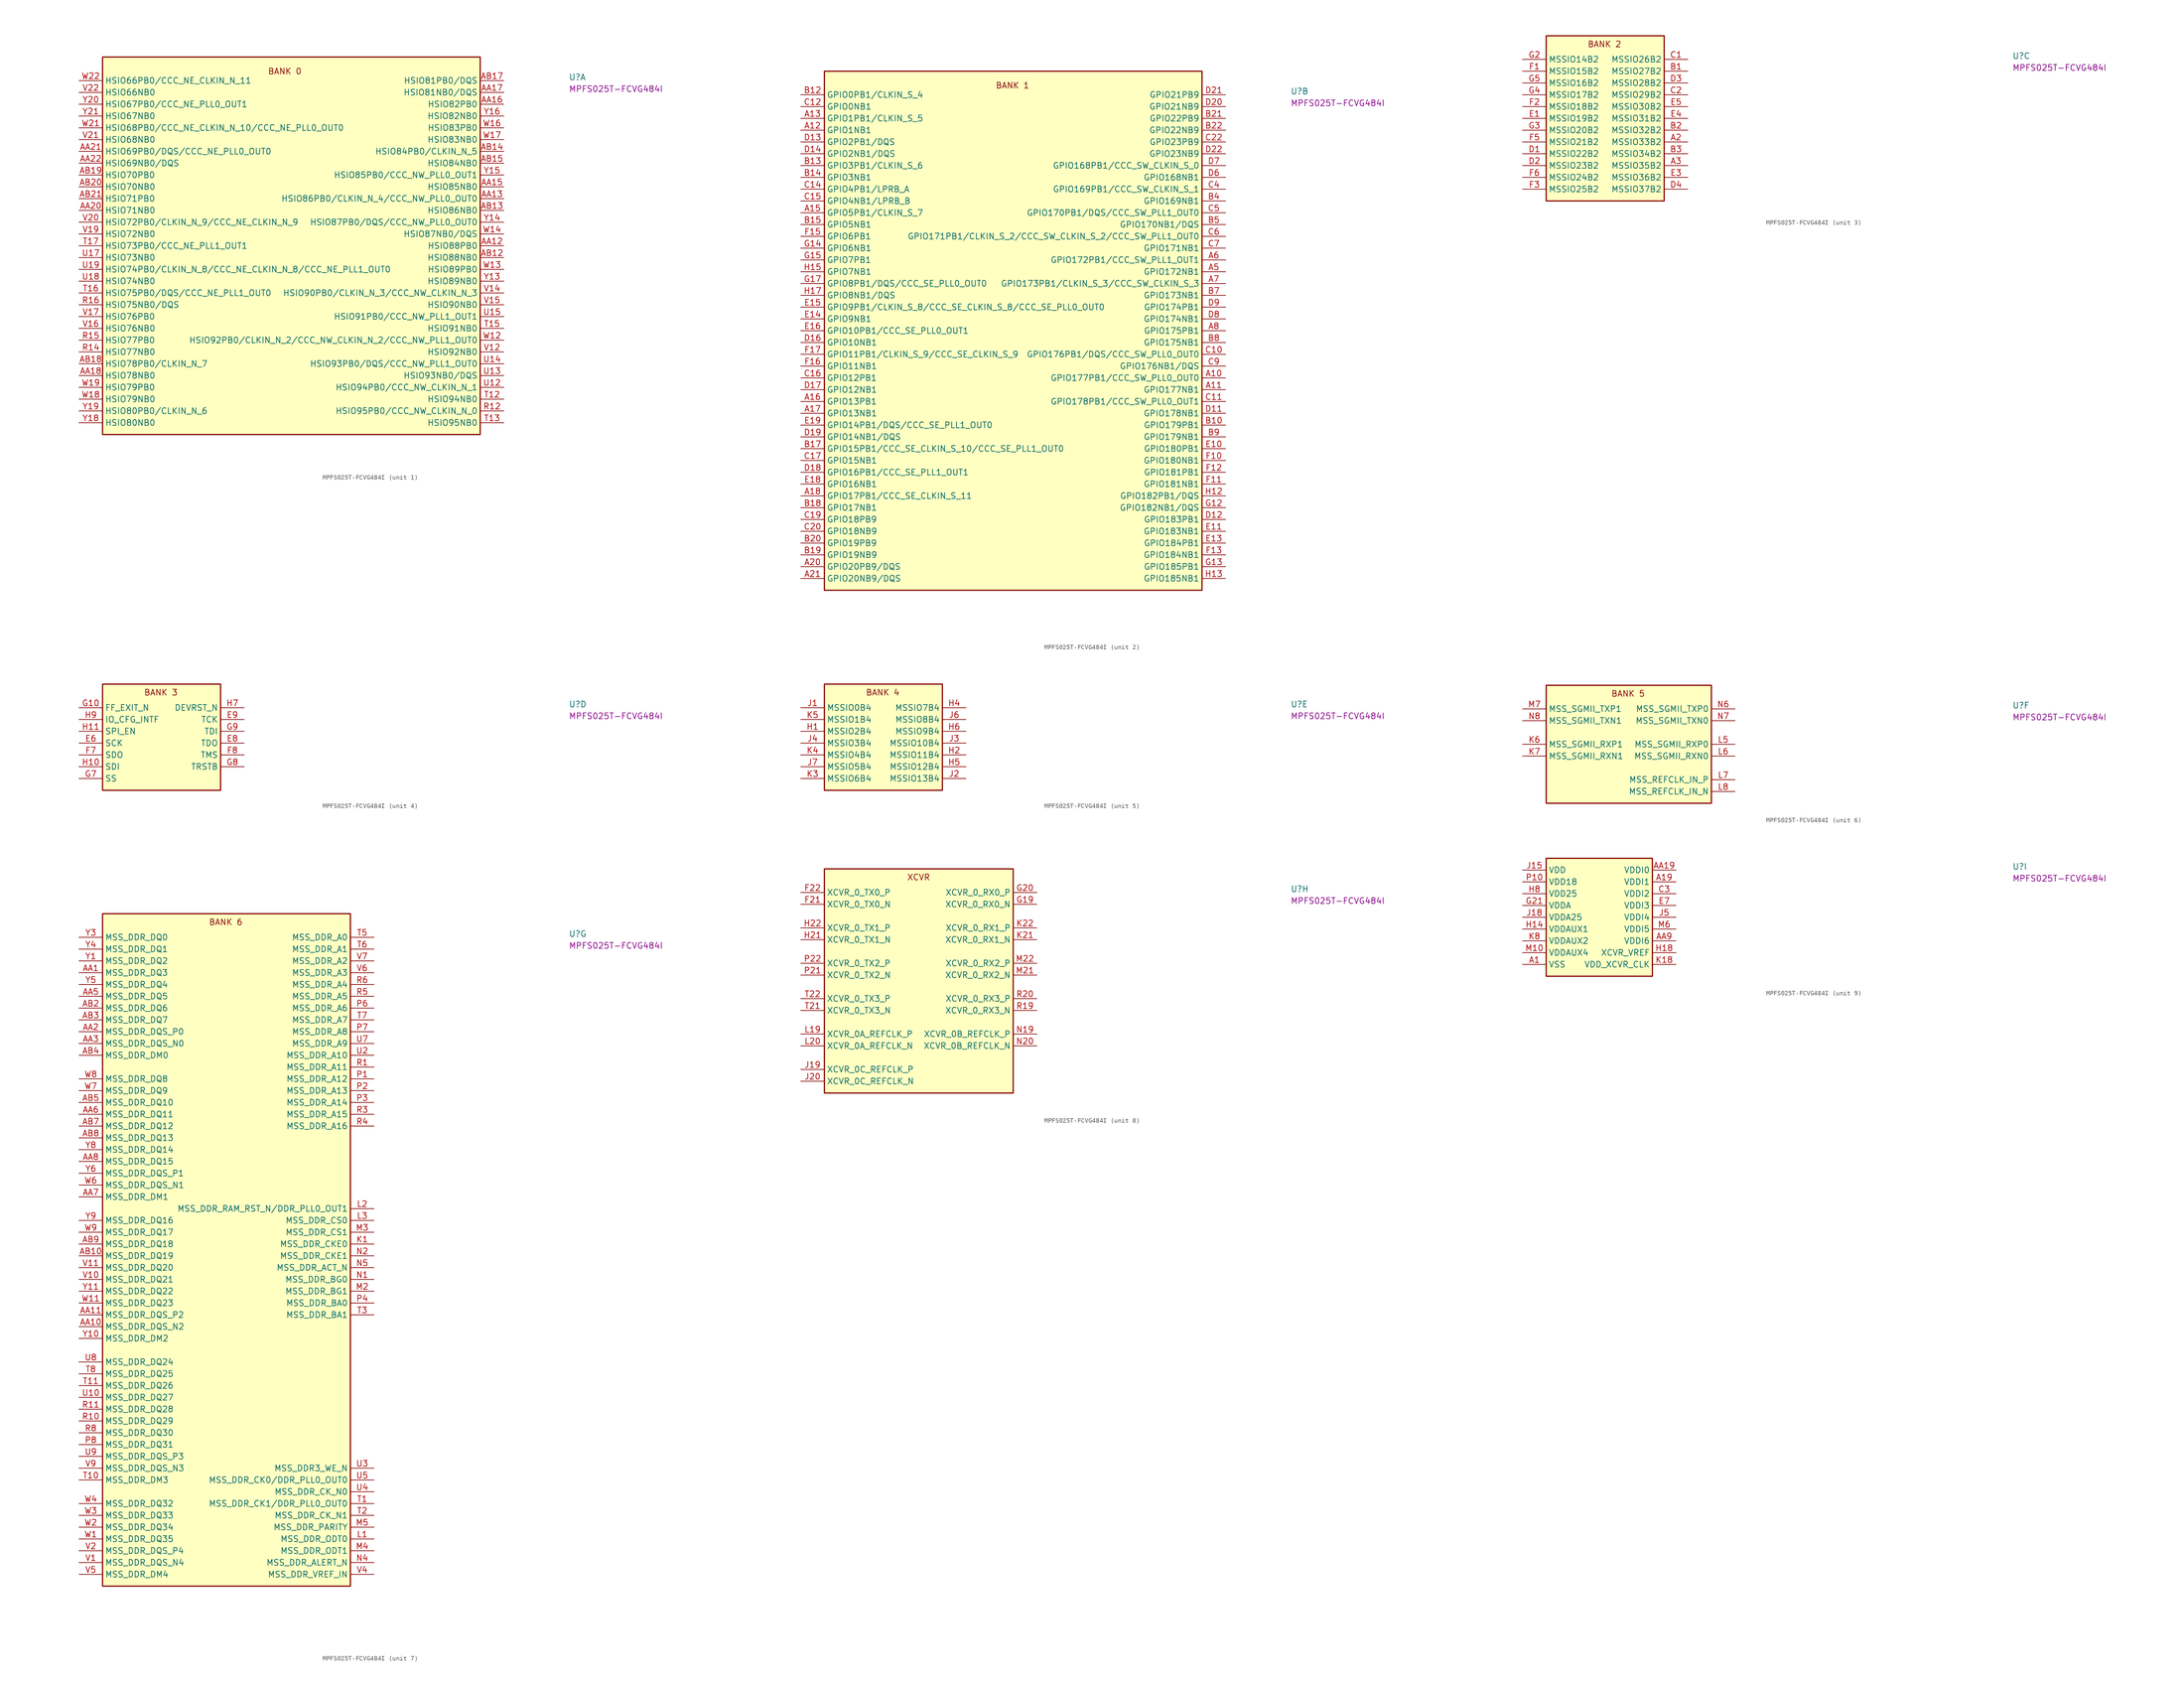
<source format=kicad_sym>
(kicad_symbol_lib
  (version 20220914)
  (generator kicad_symbol_editor)
  (symbol "MPFS025T-FCVG484I"
    (property "Reference" "U"
      (at 105.41 0 0)
      (effects (font (size 1.27 1.27) (thickness 0.15)) (justify left bottom)))
    (property "MPN" "MPFS025T-FCVG484I"
      (at 105.41 -2.54 0)
      (effects (font (size 1.27 1.27) (thickness 0.15)) (justify left bottom)))
    (property "ki_locked" ""
      (at 0 0 0)
      (effects (font (size 1.27 1.27))))
    (symbol "MPFS025T-FCVG484I_1_1"
      (rectangle (start 5.08 5.08) (end 86.36 -76.2) (stroke (width 0.254) (type default)) (fill (type background)))
      (text "BANK 0" (at 40.64 1.27 0) (effects (font (size 1.27 1.27) (thickness 0.15)) (justify left bottom)))
      (pin bidirectional line (at 91.44 -35.56 180) (length 5.08) (name "HSIO88PB0" (effects (font (size 1.27 1.27)))) (number "AA12" (effects (font (size 1.27 1.27)))))
      (pin bidirectional line (at 91.44 -25.4 180) (length 5.08) (name "HSIO86PB0/CLKIN_N_4/CCC_NW_PLL0_OUT0" (effects (font (size 1.27 1.27)))) (number "AA13" (effects (font (size 1.27 1.27)))))
      (pin bidirectional line (at 91.44 -22.86 180) (length 5.08) (name "HSIO85NB0" (effects (font (size 1.27 1.27)))) (number "AA15" (effects (font (size 1.27 1.27)))))
      (pin bidirectional line (at 91.44 -5.08 180) (length 5.08) (name "HSIO82PB0" (effects (font (size 1.27 1.27)))) (number "AA16" (effects (font (size 1.27 1.27)))))
      (pin bidirectional line (at 91.44 -2.54 180) (length 5.08) (name "HSIO81NB0/DQS" (effects (font (size 1.27 1.27)))) (number "AA17" (effects (font (size 1.27 1.27)))))
      (pin bidirectional line (at 0 -63.5 0) (length 5.08) (name "HSIO78NB0" (effects (font (size 1.27 1.27)))) (number "AA18" (effects (font (size 1.27 1.27)))))
      (pin bidirectional line (at 0 -27.94 0) (length 5.08) (name "HSIO71NB0" (effects (font (size 1.27 1.27)))) (number "AA20" (effects (font (size 1.27 1.27)))))
      (pin bidirectional line (at 0 -15.24 0) (length 5.08) (name "HSIO69PB0/DQS/CCC_NE_PLL0_OUT0" (effects (font (size 1.27 1.27)))) (number "AA21" (effects (font (size 1.27 1.27)))))
      (pin bidirectional line (at 0 -17.78 0) (length 5.08) (name "HSIO69NB0/DQS" (effects (font (size 1.27 1.27)))) (number "AA22" (effects (font (size 1.27 1.27)))))
      (pin bidirectional line (at 91.44 -38.1 180) (length 5.08) (name "HSIO88NB0" (effects (font (size 1.27 1.27)))) (number "AB12" (effects (font (size 1.27 1.27)))))
      (pin bidirectional line (at 91.44 -27.94 180) (length 5.08) (name "HSIO86NB0" (effects (font (size 1.27 1.27)))) (number "AB13" (effects (font (size 1.27 1.27)))))
      (pin bidirectional line (at 91.44 -15.24 180) (length 5.08) (name "HSIO84PB0/CLKIN_N_5" (effects (font (size 1.27 1.27)))) (number "AB14" (effects (font (size 1.27 1.27)))))
      (pin bidirectional line (at 91.44 -17.78 180) (length 5.08) (name "HSIO84NB0" (effects (font (size 1.27 1.27)))) (number "AB15" (effects (font (size 1.27 1.27)))))
      (pin bidirectional line (at 91.44 0 180) (length 5.08) (name "HSIO81PB0/DQS" (effects (font (size 1.27 1.27)))) (number "AB17" (effects (font (size 1.27 1.27)))))
      (pin bidirectional line (at 0 -60.96 0) (length 5.08) (name "HSIO78PB0/CLKIN_N_7" (effects (font (size 1.27 1.27)))) (number "AB18" (effects (font (size 1.27 1.27)))))
      (pin bidirectional line (at 0 -20.32 0) (length 5.08) (name "HSIO70PB0" (effects (font (size 1.27 1.27)))) (number "AB19" (effects (font (size 1.27 1.27)))))
      (pin bidirectional line (at 0 -22.86 0) (length 5.08) (name "HSIO70NB0" (effects (font (size 1.27 1.27)))) (number "AB20" (effects (font (size 1.27 1.27)))))
      (pin bidirectional line (at 0 -25.4 0) (length 5.08) (name "HSIO71PB0" (effects (font (size 1.27 1.27)))) (number "AB21" (effects (font (size 1.27 1.27)))))
      (pin bidirectional line (at 91.44 -71.12 180) (length 5.08) (name "HSIO95PB0/CCC_NW_CLKIN_N_0" (effects (font (size 1.27 1.27)))) (number "R12" (effects (font (size 1.27 1.27)))))
      (pin bidirectional line (at 0 -58.42 0) (length 5.08) (name "HSIO77NB0" (effects (font (size 1.27 1.27)))) (number "R14" (effects (font (size 1.27 1.27)))))
      (pin bidirectional line (at 0 -55.88 0) (length 5.08) (name "HSIO77PB0" (effects (font (size 1.27 1.27)))) (number "R15" (effects (font (size 1.27 1.27)))))
      (pin bidirectional line (at 0 -48.26 0) (length 5.08) (name "HSIO75NB0/DQS" (effects (font (size 1.27 1.27)))) (number "R16" (effects (font (size 1.27 1.27)))))
      (pin bidirectional line (at 91.44 -68.58 180) (length 5.08) (name "HSIO94NB0" (effects (font (size 1.27 1.27)))) (number "T12" (effects (font (size 1.27 1.27)))))
      (pin bidirectional line (at 91.44 -73.66 180) (length 5.08) (name "HSIO95NB0" (effects (font (size 1.27 1.27)))) (number "T13" (effects (font (size 1.27 1.27)))))
      (pin bidirectional line (at 91.44 -53.34 180) (length 5.08) (name "HSIO91NB0" (effects (font (size 1.27 1.27)))) (number "T15" (effects (font (size 1.27 1.27)))))
      (pin bidirectional line (at 0 -45.72 0) (length 5.08) (name "HSIO75PB0/DQS/CCC_NE_PLL1_OUT0" (effects (font (size 1.27 1.27)))) (number "T16" (effects (font (size 1.27 1.27)))))
      (pin bidirectional line (at 0 -35.56 0) (length 5.08) (name "HSIO73PB0/CCC_NE_PLL1_OUT1" (effects (font (size 1.27 1.27)))) (number "T17" (effects (font (size 1.27 1.27)))))
      (pin bidirectional line (at 91.44 -66.04 180) (length 5.08) (name "HSIO94PB0/CCC_NW_CLKIN_N_1" (effects (font (size 1.27 1.27)))) (number "U12" (effects (font (size 1.27 1.27)))))
      (pin bidirectional line (at 91.44 -63.5 180) (length 5.08) (name "HSIO93NB0/DQS" (effects (font (size 1.27 1.27)))) (number "U13" (effects (font (size 1.27 1.27)))))
      (pin bidirectional line (at 91.44 -60.96 180) (length 5.08) (name "HSIO93PB0/DQS/CCC_NW_PLL1_OUT0" (effects (font (size 1.27 1.27)))) (number "U14" (effects (font (size 1.27 1.27)))))
      (pin bidirectional line (at 91.44 -50.8 180) (length 5.08) (name "HSIO91PB0/CCC_NW_PLL1_OUT1" (effects (font (size 1.27 1.27)))) (number "U15" (effects (font (size 1.27 1.27)))))
      (pin bidirectional line (at 0 -38.1 0) (length 5.08) (name "HSIO73NB0" (effects (font (size 1.27 1.27)))) (number "U17" (effects (font (size 1.27 1.27)))))
      (pin bidirectional line (at 0 -43.18 0) (length 5.08) (name "HSIO74NB0" (effects (font (size 1.27 1.27)))) (number "U18" (effects (font (size 1.27 1.27)))))
      (pin bidirectional line (at 0 -40.64 0) (length 5.08) (name "HSIO74PB0/CLKIN_N_8/CCC_NE_CLKIN_N_8/CCC_NE_PLL1_OUT0" (effects (font (size 1.27 1.27)))) (number "U19" (effects (font (size 1.27 1.27)))))
      (pin bidirectional line (at 91.44 -58.42 180) (length 5.08) (name "HSIO92NB0" (effects (font (size 1.27 1.27)))) (number "V12" (effects (font (size 1.27 1.27)))))
      (pin bidirectional line (at 91.44 -45.72 180) (length 5.08) (name "HSIO90PB0/CLKIN_N_3/CCC_NW_CLKIN_N_3" (effects (font (size 1.27 1.27)))) (number "V14" (effects (font (size 1.27 1.27)))))
      (pin bidirectional line (at 91.44 -48.26 180) (length 5.08) (name "HSIO90NB0" (effects (font (size 1.27 1.27)))) (number "V15" (effects (font (size 1.27 1.27)))))
      (pin bidirectional line (at 0 -53.34 0) (length 5.08) (name "HSIO76NB0" (effects (font (size 1.27 1.27)))) (number "V16" (effects (font (size 1.27 1.27)))))
      (pin bidirectional line (at 0 -50.8 0) (length 5.08) (name "HSIO76PB0" (effects (font (size 1.27 1.27)))) (number "V17" (effects (font (size 1.27 1.27)))))
      (pin bidirectional line (at 0 -33.02 0) (length 5.08) (name "HSIO72NB0" (effects (font (size 1.27 1.27)))) (number "V19" (effects (font (size 1.27 1.27)))))
      (pin bidirectional line (at 0 -30.48 0) (length 5.08) (name "HSIO72PB0/CLKIN_N_9/CCC_NE_CLKIN_N_9" (effects (font (size 1.27 1.27)))) (number "V20" (effects (font (size 1.27 1.27)))))
      (pin bidirectional line (at 0 -12.7 0) (length 5.08) (name "HSIO68NB0" (effects (font (size 1.27 1.27)))) (number "V21" (effects (font (size 1.27 1.27)))))
      (pin bidirectional line (at 0 -2.54 0) (length 5.08) (name "HSIO66NB0" (effects (font (size 1.27 1.27)))) (number "V22" (effects (font (size 1.27 1.27)))))
      (pin bidirectional line (at 91.44 -55.88 180) (length 5.08) (name "HSIO92PB0/CLKIN_N_2/CCC_NW_CLKIN_N_2/CCC_NW_PLL1_OUT0" (effects (font (size 1.27 1.27)))) (number "W12" (effects (font (size 1.27 1.27)))))
      (pin bidirectional line (at 91.44 -40.64 180) (length 5.08) (name "HSIO89PB0" (effects (font (size 1.27 1.27)))) (number "W13" (effects (font (size 1.27 1.27)))))
      (pin bidirectional line (at 91.44 -33.02 180) (length 5.08) (name "HSIO87NB0/DQS" (effects (font (size 1.27 1.27)))) (number "W14" (effects (font (size 1.27 1.27)))))
      (pin bidirectional line (at 91.44 -10.16 180) (length 5.08) (name "HSIO83PB0" (effects (font (size 1.27 1.27)))) (number "W16" (effects (font (size 1.27 1.27)))))
      (pin bidirectional line (at 91.44 -12.7 180) (length 5.08) (name "HSIO83NB0" (effects (font (size 1.27 1.27)))) (number "W17" (effects (font (size 1.27 1.27)))))
      (pin bidirectional line (at 0 -68.58 0) (length 5.08) (name "HSIO79NB0" (effects (font (size 1.27 1.27)))) (number "W18" (effects (font (size 1.27 1.27)))))
      (pin bidirectional line (at 0 -66.04 0) (length 5.08) (name "HSIO79PB0" (effects (font (size 1.27 1.27)))) (number "W19" (effects (font (size 1.27 1.27)))))
      (pin bidirectional line (at 0 -10.16 0) (length 5.08) (name "HSIO68PB0/CCC_NE_CLKIN_N_10/CCC_NE_PLL0_OUT0" (effects (font (size 1.27 1.27)))) (number "W21" (effects (font (size 1.27 1.27)))))
      (pin bidirectional line (at 0 0 0) (length 5.08) (name "HSIO66PB0/CCC_NE_CLKIN_N_11" (effects (font (size 1.27 1.27)))) (number "W22" (effects (font (size 1.27 1.27)))))
      (pin bidirectional line (at 91.44 -43.18 180) (length 5.08) (name "HSIO89NB0" (effects (font (size 1.27 1.27)))) (number "Y13" (effects (font (size 1.27 1.27)))))
      (pin bidirectional line (at 91.44 -30.48 180) (length 5.08) (name "HSIO87PB0/DQS/CCC_NW_PLL0_OUT0" (effects (font (size 1.27 1.27)))) (number "Y14" (effects (font (size 1.27 1.27)))))
      (pin bidirectional line (at 91.44 -20.32 180) (length 5.08) (name "HSIO85PB0/CCC_NW_PLL0_OUT1" (effects (font (size 1.27 1.27)))) (number "Y15" (effects (font (size 1.27 1.27)))))
      (pin bidirectional line (at 91.44 -7.62 180) (length 5.08) (name "HSIO82NB0" (effects (font (size 1.27 1.27)))) (number "Y16" (effects (font (size 1.27 1.27)))))
      (pin bidirectional line (at 0 -73.66 0) (length 5.08) (name "HSIO80NB0" (effects (font (size 1.27 1.27)))) (number "Y18" (effects (font (size 1.27 1.27)))))
      (pin bidirectional line (at 0 -71.12 0) (length 5.08) (name "HSIO80PB0/CLKIN_N_6" (effects (font (size 1.27 1.27)))) (number "Y19" (effects (font (size 1.27 1.27)))))
      (pin bidirectional line (at 0 -5.08 0) (length 5.08) (name "HSIO67PB0/CCC_NE_PLL0_OUT1" (effects (font (size 1.27 1.27)))) (number "Y20" (effects (font (size 1.27 1.27)))))
      (pin bidirectional line (at 0 -7.62 0) (length 5.08) (name "HSIO67NB0" (effects (font (size 1.27 1.27)))) (number "Y21" (effects (font (size 1.27 1.27))))))
    (symbol "MPFS025T-FCVG484I_2_1"
      (rectangle (start 5.08 5.08) (end 86.36 -106.68) (stroke (width 0.254) (type default)) (fill (type background)))
      (text "BANK 1" (at 41.91 1.27 0) (effects (font (size 1.27 1.27) (thickness 0.15)) (justify left bottom)))
      (pin bidirectional line (at 91.44 -60.96 180) (length 5.08) (name "GPIO177PB1/CCC_SW_PLL0_OUT0" (effects (font (size 1.27 1.27)))) (number "A10" (effects (font (size 1.27 1.27)))))
      (pin bidirectional line (at 91.44 -63.5 180) (length 5.08) (name "GPIO177NB1" (effects (font (size 1.27 1.27)))) (number "A11" (effects (font (size 1.27 1.27)))))
      (pin bidirectional line (at 0 -7.62 0) (length 5.08) (name "GPIO1NB1" (effects (font (size 1.27 1.27)))) (number "A12" (effects (font (size 1.27 1.27)))))
      (pin bidirectional line (at 0 -5.08 0) (length 5.08) (name "GPIO1PB1/CLKIN_S_5" (effects (font (size 1.27 1.27)))) (number "A13" (effects (font (size 1.27 1.27)))))
      (pin bidirectional line (at 0 -25.4 0) (length 5.08) (name "GPIO5PB1/CLKIN_S_7" (effects (font (size 1.27 1.27)))) (number "A15" (effects (font (size 1.27 1.27)))))
      (pin bidirectional line (at 0 -66.04 0) (length 5.08) (name "GPIO13PB1" (effects (font (size 1.27 1.27)))) (number "A16" (effects (font (size 1.27 1.27)))))
      (pin bidirectional line (at 0 -68.58 0) (length 5.08) (name "GPIO13NB1" (effects (font (size 1.27 1.27)))) (number "A17" (effects (font (size 1.27 1.27)))))
      (pin bidirectional line (at 0 -86.36 0) (length 5.08) (name "GPIO17PB1/CCC_SE_CLKIN_S_11" (effects (font (size 1.27 1.27)))) (number "A18" (effects (font (size 1.27 1.27)))))
      (pin bidirectional line (at 0 -101.6 0) (length 5.08) (name "GPIO20PB9/DQS" (effects (font (size 1.27 1.27)))) (number "A20" (effects (font (size 1.27 1.27)))))
      (pin bidirectional line (at 0 -104.14 0) (length 5.08) (name "GPIO20NB9/DQS" (effects (font (size 1.27 1.27)))) (number "A21" (effects (font (size 1.27 1.27)))))
      (pin bidirectional line (at 91.44 -38.1 180) (length 5.08) (name "GPIO172NB1" (effects (font (size 1.27 1.27)))) (number "A5" (effects (font (size 1.27 1.27)))))
      (pin bidirectional line (at 91.44 -35.56 180) (length 5.08) (name "GPIO172PB1/CCC_SW_PLL1_OUT1" (effects (font (size 1.27 1.27)))) (number "A6" (effects (font (size 1.27 1.27)))))
      (pin bidirectional line (at 91.44 -40.64 180) (length 5.08) (name "GPIO173PB1/CLKIN_S_3/CCC_SW_CLKIN_S_3" (effects (font (size 1.27 1.27)))) (number "A7" (effects (font (size 1.27 1.27)))))
      (pin bidirectional line (at 91.44 -50.8 180) (length 5.08) (name "GPIO175PB1" (effects (font (size 1.27 1.27)))) (number "A8" (effects (font (size 1.27 1.27)))))
      (pin bidirectional line (at 91.44 -71.12 180) (length 5.08) (name "GPIO179PB1" (effects (font (size 1.27 1.27)))) (number "B10" (effects (font (size 1.27 1.27)))))
      (pin bidirectional line (at 0 0 0) (length 5.08) (name "GPIO0PB1/CLKIN_S_4" (effects (font (size 1.27 1.27)))) (number "B12" (effects (font (size 1.27 1.27)))))
      (pin bidirectional line (at 0 -15.24 0) (length 5.08) (name "GPIO3PB1/CLKIN_S_6" (effects (font (size 1.27 1.27)))) (number "B13" (effects (font (size 1.27 1.27)))))
      (pin bidirectional line (at 0 -17.78 0) (length 5.08) (name "GPIO3NB1" (effects (font (size 1.27 1.27)))) (number "B14" (effects (font (size 1.27 1.27)))))
      (pin bidirectional line (at 0 -27.94 0) (length 5.08) (name "GPIO5NB1" (effects (font (size 1.27 1.27)))) (number "B15" (effects (font (size 1.27 1.27)))))
      (pin bidirectional line (at 0 -76.2 0) (length 5.08) (name "GPIO15PB1/CCC_SE_CLKIN_S_10/CCC_SE_PLL1_OUT0" (effects (font (size 1.27 1.27)))) (number "B17" (effects (font (size 1.27 1.27)))))
      (pin bidirectional line (at 0 -88.9 0) (length 5.08) (name "GPIO17NB1" (effects (font (size 1.27 1.27)))) (number "B18" (effects (font (size 1.27 1.27)))))
      (pin bidirectional line (at 0 -99.06 0) (length 5.08) (name "GPIO19NB9" (effects (font (size 1.27 1.27)))) (number "B19" (effects (font (size 1.27 1.27)))))
      (pin bidirectional line (at 0 -96.52 0) (length 5.08) (name "GPIO19PB9" (effects (font (size 1.27 1.27)))) (number "B20" (effects (font (size 1.27 1.27)))))
      (pin bidirectional line (at 91.44 -5.08 180) (length 5.08) (name "GPIO22PB9" (effects (font (size 1.27 1.27)))) (number "B21" (effects (font (size 1.27 1.27)))))
      (pin bidirectional line (at 91.44 -7.62 180) (length 5.08) (name "GPIO22NB9" (effects (font (size 1.27 1.27)))) (number "B22" (effects (font (size 1.27 1.27)))))
      (pin bidirectional line (at 91.44 -22.86 180) (length 5.08) (name "GPIO169NB1" (effects (font (size 1.27 1.27)))) (number "B4" (effects (font (size 1.27 1.27)))))
      (pin bidirectional line (at 91.44 -27.94 180) (length 5.08) (name "GPIO170NB1/DQS" (effects (font (size 1.27 1.27)))) (number "B5" (effects (font (size 1.27 1.27)))))
      (pin bidirectional line (at 91.44 -43.18 180) (length 5.08) (name "GPIO173NB1" (effects (font (size 1.27 1.27)))) (number "B7" (effects (font (size 1.27 1.27)))))
      (pin bidirectional line (at 91.44 -53.34 180) (length 5.08) (name "GPIO175NB1" (effects (font (size 1.27 1.27)))) (number "B8" (effects (font (size 1.27 1.27)))))
      (pin bidirectional line (at 91.44 -73.66 180) (length 5.08) (name "GPIO179NB1" (effects (font (size 1.27 1.27)))) (number "B9" (effects (font (size 1.27 1.27)))))
      (pin bidirectional line (at 91.44 -55.88 180) (length 5.08) (name "GPIO176PB1/DQS/CCC_SW_PLL0_OUT0" (effects (font (size 1.27 1.27)))) (number "C10" (effects (font (size 1.27 1.27)))))
      (pin bidirectional line (at 91.44 -66.04 180) (length 5.08) (name "GPIO178PB1/CCC_SW_PLL0_OUT1" (effects (font (size 1.27 1.27)))) (number "C11" (effects (font (size 1.27 1.27)))))
      (pin bidirectional line (at 0 -2.54 0) (length 5.08) (name "GPIO0NB1" (effects (font (size 1.27 1.27)))) (number "C12" (effects (font (size 1.27 1.27)))))
      (pin bidirectional line (at 0 -20.32 0) (length 5.08) (name "GPIO4PB1/LPRB_A" (effects (font (size 1.27 1.27)))) (number "C14" (effects (font (size 1.27 1.27)))))
      (pin bidirectional line (at 0 -22.86 0) (length 5.08) (name "GPIO4NB1/LPRB_B" (effects (font (size 1.27 1.27)))) (number "C15" (effects (font (size 1.27 1.27)))))
      (pin bidirectional line (at 0 -60.96 0) (length 5.08) (name "GPIO12PB1" (effects (font (size 1.27 1.27)))) (number "C16" (effects (font (size 1.27 1.27)))))
      (pin bidirectional line (at 0 -78.74 0) (length 5.08) (name "GPIO15NB1" (effects (font (size 1.27 1.27)))) (number "C17" (effects (font (size 1.27 1.27)))))
      (pin bidirectional line (at 0 -91.44 0) (length 5.08) (name "GPIO18PB9" (effects (font (size 1.27 1.27)))) (number "C19" (effects (font (size 1.27 1.27)))))
      (pin bidirectional line (at 0 -93.98 0) (length 5.08) (name "GPIO18NB9" (effects (font (size 1.27 1.27)))) (number "C20" (effects (font (size 1.27 1.27)))))
      (pin bidirectional line (at 91.44 -10.16 180) (length 5.08) (name "GPIO23PB9" (effects (font (size 1.27 1.27)))) (number "C22" (effects (font (size 1.27 1.27)))))
      (pin bidirectional line (at 91.44 -20.32 180) (length 5.08) (name "GPIO169PB1/CCC_SW_CLKIN_S_1" (effects (font (size 1.27 1.27)))) (number "C4" (effects (font (size 1.27 1.27)))))
      (pin bidirectional line (at 91.44 -25.4 180) (length 5.08) (name "GPIO170PB1/DQS/CCC_SW_PLL1_OUT0" (effects (font (size 1.27 1.27)))) (number "C5" (effects (font (size 1.27 1.27)))))
      (pin bidirectional line (at 91.44 -30.48 180) (length 5.08) (name "GPIO171PB1/CLKIN_S_2/CCC_SW_CLKIN_S_2/CCC_SW_PLL1_OUT0" (effects (font (size 1.27 1.27)))) (number "C6" (effects (font (size 1.27 1.27)))))
      (pin bidirectional line (at 91.44 -33.02 180) (length 5.08) (name "GPIO171NB1" (effects (font (size 1.27 1.27)))) (number "C7" (effects (font (size 1.27 1.27)))))
      (pin bidirectional line (at 91.44 -58.42 180) (length 5.08) (name "GPIO176NB1/DQS" (effects (font (size 1.27 1.27)))) (number "C9" (effects (font (size 1.27 1.27)))))
      (pin bidirectional line (at 91.44 -68.58 180) (length 5.08) (name "GPIO178NB1" (effects (font (size 1.27 1.27)))) (number "D11" (effects (font (size 1.27 1.27)))))
      (pin bidirectional line (at 91.44 -91.44 180) (length 5.08) (name "GPIO183PB1" (effects (font (size 1.27 1.27)))) (number "D12" (effects (font (size 1.27 1.27)))))
      (pin bidirectional line (at 0 -10.16 0) (length 5.08) (name "GPIO2PB1/DQS" (effects (font (size 1.27 1.27)))) (number "D13" (effects (font (size 1.27 1.27)))))
      (pin bidirectional line (at 0 -12.7 0) (length 5.08) (name "GPIO2NB1/DQS" (effects (font (size 1.27 1.27)))) (number "D14" (effects (font (size 1.27 1.27)))))
      (pin bidirectional line (at 0 -53.34 0) (length 5.08) (name "GPIO10NB1" (effects (font (size 1.27 1.27)))) (number "D16" (effects (font (size 1.27 1.27)))))
      (pin bidirectional line (at 0 -63.5 0) (length 5.08) (name "GPIO12NB1" (effects (font (size 1.27 1.27)))) (number "D17" (effects (font (size 1.27 1.27)))))
      (pin bidirectional line (at 0 -81.28 0) (length 5.08) (name "GPIO16PB1/CCC_SE_PLL1_OUT1" (effects (font (size 1.27 1.27)))) (number "D18" (effects (font (size 1.27 1.27)))))
      (pin bidirectional line (at 0 -73.66 0) (length 5.08) (name "GPIO14NB1/DQS" (effects (font (size 1.27 1.27)))) (number "D19" (effects (font (size 1.27 1.27)))))
      (pin bidirectional line (at 91.44 -2.54 180) (length 5.08) (name "GPIO21NB9" (effects (font (size 1.27 1.27)))) (number "D20" (effects (font (size 1.27 1.27)))))
      (pin bidirectional line (at 91.44 0 180) (length 5.08) (name "GPIO21PB9" (effects (font (size 1.27 1.27)))) (number "D21" (effects (font (size 1.27 1.27)))))
      (pin bidirectional line (at 91.44 -12.7 180) (length 5.08) (name "GPIO23NB9" (effects (font (size 1.27 1.27)))) (number "D22" (effects (font (size 1.27 1.27)))))
      (pin bidirectional line (at 91.44 -17.78 180) (length 5.08) (name "GPIO168NB1" (effects (font (size 1.27 1.27)))) (number "D6" (effects (font (size 1.27 1.27)))))
      (pin bidirectional line (at 91.44 -15.24 180) (length 5.08) (name "GPIO168PB1/CCC_SW_CLKIN_S_0" (effects (font (size 1.27 1.27)))) (number "D7" (effects (font (size 1.27 1.27)))))
      (pin bidirectional line (at 91.44 -48.26 180) (length 5.08) (name "GPIO174NB1" (effects (font (size 1.27 1.27)))) (number "D8" (effects (font (size 1.27 1.27)))))
      (pin bidirectional line (at 91.44 -45.72 180) (length 5.08) (name "GPIO174PB1" (effects (font (size 1.27 1.27)))) (number "D9" (effects (font (size 1.27 1.27)))))
      (pin bidirectional line (at 91.44 -76.2 180) (length 5.08) (name "GPIO180PB1" (effects (font (size 1.27 1.27)))) (number "E10" (effects (font (size 1.27 1.27)))))
      (pin bidirectional line (at 91.44 -93.98 180) (length 5.08) (name "GPIO183NB1" (effects (font (size 1.27 1.27)))) (number "E11" (effects (font (size 1.27 1.27)))))
      (pin bidirectional line (at 91.44 -96.52 180) (length 5.08) (name "GPIO184PB1" (effects (font (size 1.27 1.27)))) (number "E13" (effects (font (size 1.27 1.27)))))
      (pin bidirectional line (at 0 -48.26 0) (length 5.08) (name "GPIO9NB1" (effects (font (size 1.27 1.27)))) (number "E14" (effects (font (size 1.27 1.27)))))
      (pin bidirectional line (at 0 -45.72 0) (length 5.08) (name "GPIO9PB1/CLKIN_S_8/CCC_SE_CLKIN_S_8/CCC_SE_PLL0_OUT0" (effects (font (size 1.27 1.27)))) (number "E15" (effects (font (size 1.27 1.27)))))
      (pin bidirectional line (at 0 -50.8 0) (length 5.08) (name "GPIO10PB1/CCC_SE_PLL0_OUT1" (effects (font (size 1.27 1.27)))) (number "E16" (effects (font (size 1.27 1.27)))))
      (pin bidirectional line (at 0 -83.82 0) (length 5.08) (name "GPIO16NB1" (effects (font (size 1.27 1.27)))) (number "E18" (effects (font (size 1.27 1.27)))))
      (pin bidirectional line (at 0 -71.12 0) (length 5.08) (name "GPIO14PB1/DQS/CCC_SE_PLL1_OUT0" (effects (font (size 1.27 1.27)))) (number "E19" (effects (font (size 1.27 1.27)))))
      (pin bidirectional line (at 91.44 -78.74 180) (length 5.08) (name "GPIO180NB1" (effects (font (size 1.27 1.27)))) (number "F10" (effects (font (size 1.27 1.27)))))
      (pin bidirectional line (at 91.44 -83.82 180) (length 5.08) (name "GPIO181NB1" (effects (font (size 1.27 1.27)))) (number "F11" (effects (font (size 1.27 1.27)))))
      (pin bidirectional line (at 91.44 -81.28 180) (length 5.08) (name "GPIO181PB1" (effects (font (size 1.27 1.27)))) (number "F12" (effects (font (size 1.27 1.27)))))
      (pin bidirectional line (at 91.44 -99.06 180) (length 5.08) (name "GPIO184NB1" (effects (font (size 1.27 1.27)))) (number "F13" (effects (font (size 1.27 1.27)))))
      (pin bidirectional line (at 0 -30.48 0) (length 5.08) (name "GPIO6PB1" (effects (font (size 1.27 1.27)))) (number "F15" (effects (font (size 1.27 1.27)))))
      (pin bidirectional line (at 0 -58.42 0) (length 5.08) (name "GPIO11NB1" (effects (font (size 1.27 1.27)))) (number "F16" (effects (font (size 1.27 1.27)))))
      (pin bidirectional line (at 0 -55.88 0) (length 5.08) (name "GPIO11PB1/CLKIN_S_9/CCC_SE_CLKIN_S_9" (effects (font (size 1.27 1.27)))) (number "F17" (effects (font (size 1.27 1.27)))))
      (pin bidirectional line (at 91.44 -88.9 180) (length 5.08) (name "GPIO182NB1/DQS" (effects (font (size 1.27 1.27)))) (number "G12" (effects (font (size 1.27 1.27)))))
      (pin bidirectional line (at 91.44 -101.6 180) (length 5.08) (name "GPIO185PB1" (effects (font (size 1.27 1.27)))) (number "G13" (effects (font (size 1.27 1.27)))))
      (pin bidirectional line (at 0 -33.02 0) (length 5.08) (name "GPIO6NB1" (effects (font (size 1.27 1.27)))) (number "G14" (effects (font (size 1.27 1.27)))))
      (pin bidirectional line (at 0 -35.56 0) (length 5.08) (name "GPIO7PB1" (effects (font (size 1.27 1.27)))) (number "G15" (effects (font (size 1.27 1.27)))))
      (pin bidirectional line (at 0 -40.64 0) (length 5.08) (name "GPIO8PB1/DQS/CCC_SE_PLL0_OUT0" (effects (font (size 1.27 1.27)))) (number "G17" (effects (font (size 1.27 1.27)))))
      (pin bidirectional line (at 91.44 -86.36 180) (length 5.08) (name "GPIO182PB1/DQS" (effects (font (size 1.27 1.27)))) (number "H12" (effects (font (size 1.27 1.27)))))
      (pin bidirectional line (at 91.44 -104.14 180) (length 5.08) (name "GPIO185NB1" (effects (font (size 1.27 1.27)))) (number "H13" (effects (font (size 1.27 1.27)))))
      (pin bidirectional line (at 0 -38.1 0) (length 5.08) (name "GPIO7NB1" (effects (font (size 1.27 1.27)))) (number "H15" (effects (font (size 1.27 1.27)))))
      (pin bidirectional line (at 0 -43.18 0) (length 5.08) (name "GPIO8NB1/DQS" (effects (font (size 1.27 1.27)))) (number "H17" (effects (font (size 1.27 1.27))))))
    (symbol "MPFS025T-FCVG484I_3_1"
      (rectangle (start 5.08 5.08) (end 30.48 -30.48) (stroke (width 0.254) (type default)) (fill (type background)))
      (text "BANK 2" (at 13.97 2.54 0) (effects (font (size 1.27 1.27) (thickness 0.15)) (justify left bottom)))
      (pin bidirectional line (at 35.56 -17.78 180) (length 5.08) (name "MSSIO33B2" (effects (font (size 1.27 1.27)))) (number "A2" (effects (font (size 1.27 1.27)))))
      (pin bidirectional line (at 35.56 -22.86 180) (length 5.08) (name "MSSIO35B2" (effects (font (size 1.27 1.27)))) (number "A3" (effects (font (size 1.27 1.27)))))
      (pin bidirectional line (at 35.56 -2.54 180) (length 5.08) (name "MSSIO27B2" (effects (font (size 1.27 1.27)))) (number "B1" (effects (font (size 1.27 1.27)))))
      (pin bidirectional line (at 35.56 -15.24 180) (length 5.08) (name "MSSIO32B2" (effects (font (size 1.27 1.27)))) (number "B2" (effects (font (size 1.27 1.27)))))
      (pin bidirectional line (at 35.56 -20.32 180) (length 5.08) (name "MSSIO34B2" (effects (font (size 1.27 1.27)))) (number "B3" (effects (font (size 1.27 1.27)))))
      (pin bidirectional line (at 35.56 0 180) (length 5.08) (name "MSSIO26B2" (effects (font (size 1.27 1.27)))) (number "C1" (effects (font (size 1.27 1.27)))))
      (pin bidirectional line (at 35.56 -7.62 180) (length 5.08) (name "MSSIO29B2" (effects (font (size 1.27 1.27)))) (number "C2" (effects (font (size 1.27 1.27)))))
      (pin bidirectional line (at 0 -20.32 0) (length 5.08) (name "MSSIO22B2" (effects (font (size 1.27 1.27)))) (number "D1" (effects (font (size 1.27 1.27)))))
      (pin bidirectional line (at 0 -22.86 0) (length 5.08) (name "MSSIO23B2" (effects (font (size 1.27 1.27)))) (number "D2" (effects (font (size 1.27 1.27)))))
      (pin bidirectional line (at 35.56 -5.08 180) (length 5.08) (name "MSSIO28B2" (effects (font (size 1.27 1.27)))) (number "D3" (effects (font (size 1.27 1.27)))))
      (pin bidirectional line (at 35.56 -27.94 180) (length 5.08) (name "MSSIO37B2" (effects (font (size 1.27 1.27)))) (number "D4" (effects (font (size 1.27 1.27)))))
      (pin bidirectional line (at 0 -12.7 0) (length 5.08) (name "MSSIO19B2" (effects (font (size 1.27 1.27)))) (number "E1" (effects (font (size 1.27 1.27)))))
      (pin bidirectional line (at 35.56 -25.4 180) (length 5.08) (name "MSSIO36B2" (effects (font (size 1.27 1.27)))) (number "E3" (effects (font (size 1.27 1.27)))))
      (pin bidirectional line (at 35.56 -12.7 180) (length 5.08) (name "MSSIO31B2" (effects (font (size 1.27 1.27)))) (number "E4" (effects (font (size 1.27 1.27)))))
      (pin bidirectional line (at 35.56 -10.16 180) (length 5.08) (name "MSSIO30B2" (effects (font (size 1.27 1.27)))) (number "E5" (effects (font (size 1.27 1.27)))))
      (pin bidirectional line (at 0 -2.54 0) (length 5.08) (name "MSSIO15B2" (effects (font (size 1.27 1.27)))) (number "F1" (effects (font (size 1.27 1.27)))))
      (pin bidirectional line (at 0 -10.16 0) (length 5.08) (name "MSSIO18B2" (effects (font (size 1.27 1.27)))) (number "F2" (effects (font (size 1.27 1.27)))))
      (pin bidirectional line (at 0 -27.94 0) (length 5.08) (name "MSSIO25B2" (effects (font (size 1.27 1.27)))) (number "F3" (effects (font (size 1.27 1.27)))))
      (pin bidirectional line (at 0 -17.78 0) (length 5.08) (name "MSSIO21B2" (effects (font (size 1.27 1.27)))) (number "F5" (effects (font (size 1.27 1.27)))))
      (pin bidirectional line (at 0 -25.4 0) (length 5.08) (name "MSSIO24B2" (effects (font (size 1.27 1.27)))) (number "F6" (effects (font (size 1.27 1.27)))))
      (pin bidirectional line (at 0 0 0) (length 5.08) (name "MSSIO14B2" (effects (font (size 1.27 1.27)))) (number "G2" (effects (font (size 1.27 1.27)))))
      (pin bidirectional line (at 0 -15.24 0) (length 5.08) (name "MSSIO20B2" (effects (font (size 1.27 1.27)))) (number "G3" (effects (font (size 1.27 1.27)))))
      (pin bidirectional line (at 0 -7.62 0) (length 5.08) (name "MSSIO17B2" (effects (font (size 1.27 1.27)))) (number "G4" (effects (font (size 1.27 1.27)))))
      (pin bidirectional line (at 0 -5.08 0) (length 5.08) (name "MSSIO16B2" (effects (font (size 1.27 1.27)))) (number "G5" (effects (font (size 1.27 1.27))))))
    (symbol "MPFS025T-FCVG484I_4_1"
      (rectangle (start 5.08 5.08) (end 30.48 -17.78) (stroke (width 0.254) (type default)) (fill (type background)))
      (text "BANK 3" (at 13.97 2.54 0) (effects (font (size 1.27 1.27) (thickness 0.15)) (justify left bottom)))
      (pin bidirectional line (at 0 -7.62 0) (length 5.08) (name "SCK" (effects (font (size 1.27 1.27)))) (number "E6" (effects (font (size 1.27 1.27)))))
      (pin output line (at 35.56 -7.62 180) (length 5.08) (name "TDO" (effects (font (size 1.27 1.27)))) (number "E8" (effects (font (size 1.27 1.27)))))
      (pin input line (at 35.56 -2.54 180) (length 5.08) (name "TCK" (effects (font (size 1.27 1.27)))) (number "E9" (effects (font (size 1.27 1.27)))))
      (pin output line (at 0 -10.16 0) (length 5.08) (name "SDO" (effects (font (size 1.27 1.27)))) (number "F7" (effects (font (size 1.27 1.27)))))
      (pin input line (at 35.56 -10.16 180) (length 5.08) (name "TMS" (effects (font (size 1.27 1.27)))) (number "F8" (effects (font (size 1.27 1.27)))))
      (pin input line (at 0 0 0) (length 5.08) (name "FF_EXIT_N" (effects (font (size 1.27 1.27)))) (number "G10" (effects (font (size 1.27 1.27)))))
      (pin bidirectional line (at 0 -15.24 0) (length 5.08) (name "SS" (effects (font (size 1.27 1.27)))) (number "G7" (effects (font (size 1.27 1.27)))))
      (pin input line (at 35.56 -12.7 180) (length 5.08) (name "TRSTB" (effects (font (size 1.27 1.27)))) (number "G8" (effects (font (size 1.27 1.27)))))
      (pin input line (at 35.56 -5.08 180) (length 5.08) (name "TDI" (effects (font (size 1.27 1.27)))) (number "G9" (effects (font (size 1.27 1.27)))))
      (pin input line (at 0 -12.7 0) (length 5.08) (name "SDI" (effects (font (size 1.27 1.27)))) (number "H10" (effects (font (size 1.27 1.27)))))
      (pin input line (at 0 -5.08 0) (length 5.08) (name "SPI_EN" (effects (font (size 1.27 1.27)))) (number "H11" (effects (font (size 1.27 1.27)))))
      (pin input line (at 35.56 0 180) (length 5.08) (name "DEVRST_N" (effects (font (size 1.27 1.27)))) (number "H7" (effects (font (size 1.27 1.27)))))
      (pin input line (at 0 -2.54 0) (length 5.08) (name "IO_CFG_INTF" (effects (font (size 1.27 1.27)))) (number "H9" (effects (font (size 1.27 1.27))))))
    (symbol "MPFS025T-FCVG484I_5_1"
      (rectangle (start 5.08 5.08) (end 30.48 -17.78) (stroke (width 0.254) (type default)) (fill (type background)))
      (text "BANK 4" (at 13.97 2.54 0) (effects (font (size 1.27 1.27) (thickness 0.15)) (justify left bottom)))
      (pin bidirectional line (at 0 -5.08 0) (length 5.08) (name "MSSIO2B4" (effects (font (size 1.27 1.27)))) (number "H1" (effects (font (size 1.27 1.27)))))
      (pin bidirectional line (at 35.56 -10.16 180) (length 5.08) (name "MSSIO11B4" (effects (font (size 1.27 1.27)))) (number "H2" (effects (font (size 1.27 1.27)))))
      (pin bidirectional line (at 35.56 0 180) (length 5.08) (name "MSSIO7B4" (effects (font (size 1.27 1.27)))) (number "H4" (effects (font (size 1.27 1.27)))))
      (pin bidirectional line (at 35.56 -12.7 180) (length 5.08) (name "MSSIO12B4" (effects (font (size 1.27 1.27)))) (number "H5" (effects (font (size 1.27 1.27)))))
      (pin bidirectional line (at 35.56 -5.08 180) (length 5.08) (name "MSSIO9B4" (effects (font (size 1.27 1.27)))) (number "H6" (effects (font (size 1.27 1.27)))))
      (pin bidirectional line (at 0 0 0) (length 5.08) (name "MSSIO0B4" (effects (font (size 1.27 1.27)))) (number "J1" (effects (font (size 1.27 1.27)))))
      (pin bidirectional line (at 35.56 -15.24 180) (length 5.08) (name "MSSIO13B4" (effects (font (size 1.27 1.27)))) (number "J2" (effects (font (size 1.27 1.27)))))
      (pin bidirectional line (at 35.56 -7.62 180) (length 5.08) (name "MSSIO10B4" (effects (font (size 1.27 1.27)))) (number "J3" (effects (font (size 1.27 1.27)))))
      (pin bidirectional line (at 0 -7.62 0) (length 5.08) (name "MSSIO3B4" (effects (font (size 1.27 1.27)))) (number "J4" (effects (font (size 1.27 1.27)))))
      (pin bidirectional line (at 35.56 -2.54 180) (length 5.08) (name "MSSIO8B4" (effects (font (size 1.27 1.27)))) (number "J6" (effects (font (size 1.27 1.27)))))
      (pin bidirectional line (at 0 -12.7 0) (length 5.08) (name "MSSIO5B4" (effects (font (size 1.27 1.27)))) (number "J7" (effects (font (size 1.27 1.27)))))
      (pin bidirectional line (at 0 -15.24 0) (length 5.08) (name "MSSIO6B4" (effects (font (size 1.27 1.27)))) (number "K3" (effects (font (size 1.27 1.27)))))
      (pin bidirectional line (at 0 -10.16 0) (length 5.08) (name "MSSIO4B4" (effects (font (size 1.27 1.27)))) (number "K4" (effects (font (size 1.27 1.27)))))
      (pin bidirectional line (at 0 -2.54 0) (length 5.08) (name "MSSIO1B4" (effects (font (size 1.27 1.27)))) (number "K5" (effects (font (size 1.27 1.27))))))
    (symbol "MPFS025T-FCVG484I_6_1"
      (rectangle (start 5.08 5.08) (end 40.64 -20.32) (stroke (width 0.254) (type default)) (fill (type background)))
      (text "BANK 5" (at 19.05 2.54 0) (effects (font (size 1.27 1.27) (thickness 0.15)) (justify left bottom)))
      (pin bidirectional line (at 0 -7.62 0) (length 5.08) (name "MSS_SGMII_RXP1" (effects (font (size 1.27 1.27)))) (number "K6" (effects (font (size 1.27 1.27)))))
      (pin bidirectional line (at 0 -10.16 0) (length 5.08) (name "MSS_SGMII_RXN1" (effects (font (size 1.27 1.27)))) (number "K7" (effects (font (size 1.27 1.27)))))
      (pin bidirectional line (at 45.72 -7.62 180) (length 5.08) (name "MSS_SGMII_RXP0" (effects (font (size 1.27 1.27)))) (number "L5" (effects (font (size 1.27 1.27)))))
      (pin bidirectional line (at 45.72 -10.16 180) (length 5.08) (name "MSS_SGMII_RXN0" (effects (font (size 1.27 1.27)))) (number "L6" (effects (font (size 1.27 1.27)))))
      (pin bidirectional line (at 45.72 -15.24 180) (length 5.08) (name "MSS_REFCLK_IN_P" (effects (font (size 1.27 1.27)))) (number "L7" (effects (font (size 1.27 1.27)))))
      (pin bidirectional line (at 45.72 -17.78 180) (length 5.08) (name "MSS_REFCLK_IN_N" (effects (font (size 1.27 1.27)))) (number "L8" (effects (font (size 1.27 1.27)))))
      (pin bidirectional line (at 0 0 0) (length 5.08) (name "MSS_SGMII_TXP1" (effects (font (size 1.27 1.27)))) (number "M7" (effects (font (size 1.27 1.27)))))
      (pin bidirectional line (at 45.72 0 180) (length 5.08) (name "MSS_SGMII_TXP0" (effects (font (size 1.27 1.27)))) (number "N6" (effects (font (size 1.27 1.27)))))
      (pin bidirectional line (at 45.72 -2.54 180) (length 5.08) (name "MSS_SGMII_TXN0" (effects (font (size 1.27 1.27)))) (number "N7" (effects (font (size 1.27 1.27)))))
      (pin bidirectional line (at 0 -2.54 0) (length 5.08) (name "MSS_SGMII_TXN1" (effects (font (size 1.27 1.27)))) (number "N8" (effects (font (size 1.27 1.27))))))
    (symbol "MPFS025T-FCVG484I_7_1"
      (rectangle (start 5.08 5.08) (end 58.42 -139.7) (stroke (width 0.254) (type default)) (fill (type background)))
      (text "BANK 6" (at 27.94 2.54 0) (effects (font (size 1.27 1.27) (thickness 0.15)) (justify left bottom)))
      (pin bidirectional line (at 0 -7.62 0) (length 5.08) (name "MSS_DDR_DQ3" (effects (font (size 1.27 1.27)))) (number "AA1" (effects (font (size 1.27 1.27)))))
      (pin bidirectional line (at 0 -83.82 0) (length 5.08) (name "MSS_DDR_DQS_N2" (effects (font (size 1.27 1.27)))) (number "AA10" (effects (font (size 1.27 1.27)))))
      (pin bidirectional line (at 0 -81.28 0) (length 5.08) (name "MSS_DDR_DQS_P2" (effects (font (size 1.27 1.27)))) (number "AA11" (effects (font (size 1.27 1.27)))))
      (pin bidirectional line (at 0 -20.32 0) (length 5.08) (name "MSS_DDR_DQS_P0" (effects (font (size 1.27 1.27)))) (number "AA2" (effects (font (size 1.27 1.27)))))
      (pin bidirectional line (at 0 -22.86 0) (length 5.08) (name "MSS_DDR_DQS_N0" (effects (font (size 1.27 1.27)))) (number "AA3" (effects (font (size 1.27 1.27)))))
      (pin bidirectional line (at 0 -12.7 0) (length 5.08) (name "MSS_DDR_DQ5" (effects (font (size 1.27 1.27)))) (number "AA5" (effects (font (size 1.27 1.27)))))
      (pin bidirectional line (at 0 -38.1 0) (length 5.08) (name "MSS_DDR_DQ11" (effects (font (size 1.27 1.27)))) (number "AA6" (effects (font (size 1.27 1.27)))))
      (pin bidirectional line (at 0 -55.88 0) (length 5.08) (name "MSS_DDR_DM1" (effects (font (size 1.27 1.27)))) (number "AA7" (effects (font (size 1.27 1.27)))))
      (pin bidirectional line (at 0 -48.26 0) (length 5.08) (name "MSS_DDR_DQ15" (effects (font (size 1.27 1.27)))) (number "AA8" (effects (font (size 1.27 1.27)))))
      (pin bidirectional line (at 0 -68.58 0) (length 5.08) (name "MSS_DDR_DQ19" (effects (font (size 1.27 1.27)))) (number "AB10" (effects (font (size 1.27 1.27)))))
      (pin bidirectional line (at 0 -15.24 0) (length 5.08) (name "MSS_DDR_DQ6" (effects (font (size 1.27 1.27)))) (number "AB2" (effects (font (size 1.27 1.27)))))
      (pin bidirectional line (at 0 -17.78 0) (length 5.08) (name "MSS_DDR_DQ7" (effects (font (size 1.27 1.27)))) (number "AB3" (effects (font (size 1.27 1.27)))))
      (pin bidirectional line (at 0 -25.4 0) (length 5.08) (name "MSS_DDR_DM0" (effects (font (size 1.27 1.27)))) (number "AB4" (effects (font (size 1.27 1.27)))))
      (pin bidirectional line (at 0 -35.56 0) (length 5.08) (name "MSS_DDR_DQ10" (effects (font (size 1.27 1.27)))) (number "AB5" (effects (font (size 1.27 1.27)))))
      (pin bidirectional line (at 0 -40.64 0) (length 5.08) (name "MSS_DDR_DQ12" (effects (font (size 1.27 1.27)))) (number "AB7" (effects (font (size 1.27 1.27)))))
      (pin bidirectional line (at 0 -43.18 0) (length 5.08) (name "MSS_DDR_DQ13" (effects (font (size 1.27 1.27)))) (number "AB8" (effects (font (size 1.27 1.27)))))
      (pin bidirectional line (at 0 -66.04 0) (length 5.08) (name "MSS_DDR_DQ18" (effects (font (size 1.27 1.27)))) (number "AB9" (effects (font (size 1.27 1.27)))))
      (pin bidirectional line (at 63.5 -66.04 180) (length 5.08) (name "MSS_DDR_CKE0" (effects (font (size 1.27 1.27)))) (number "K1" (effects (font (size 1.27 1.27)))))
      (pin bidirectional line (at 63.5 -129.54 180) (length 5.08) (name "MSS_DDR_ODT0" (effects (font (size 1.27 1.27)))) (number "L1" (effects (font (size 1.27 1.27)))))
      (pin bidirectional line (at 63.5 -58.42 180) (length 5.08) (name "MSS_DDR_RAM_RST_N/DDR_PLL0_OUT1" (effects (font (size 1.27 1.27)))) (number "L2" (effects (font (size 1.27 1.27)))))
      (pin bidirectional line (at 63.5 -60.96 180) (length 5.08) (name "MSS_DDR_CS0" (effects (font (size 1.27 1.27)))) (number "L3" (effects (font (size 1.27 1.27)))))
      (pin bidirectional line (at 63.5 -76.2 180) (length 5.08) (name "MSS_DDR_BG1" (effects (font (size 1.27 1.27)))) (number "M2" (effects (font (size 1.27 1.27)))))
      (pin bidirectional line (at 63.5 -63.5 180) (length 5.08) (name "MSS_DDR_CS1" (effects (font (size 1.27 1.27)))) (number "M3" (effects (font (size 1.27 1.27)))))
      (pin bidirectional line (at 63.5 -132.08 180) (length 5.08) (name "MSS_DDR_ODT1" (effects (font (size 1.27 1.27)))) (number "M4" (effects (font (size 1.27 1.27)))))
      (pin bidirectional line (at 63.5 -127 180) (length 5.08) (name "MSS_DDR_PARITY" (effects (font (size 1.27 1.27)))) (number "M5" (effects (font (size 1.27 1.27)))))
      (pin bidirectional line (at 63.5 -73.66 180) (length 5.08) (name "MSS_DDR_BG0" (effects (font (size 1.27 1.27)))) (number "N1" (effects (font (size 1.27 1.27)))))
      (pin bidirectional line (at 63.5 -68.58 180) (length 5.08) (name "MSS_DDR_CKE1" (effects (font (size 1.27 1.27)))) (number "N2" (effects (font (size 1.27 1.27)))))
      (pin bidirectional line (at 63.5 -134.62 180) (length 5.08) (name "MSS_DDR_ALERT_N" (effects (font (size 1.27 1.27)))) (number "N4" (effects (font (size 1.27 1.27)))))
      (pin bidirectional line (at 63.5 -71.12 180) (length 5.08) (name "MSS_DDR_ACT_N" (effects (font (size 1.27 1.27)))) (number "N5" (effects (font (size 1.27 1.27)))))
      (pin bidirectional line (at 63.5 -30.48 180) (length 5.08) (name "MSS_DDR_A12" (effects (font (size 1.27 1.27)))) (number "P1" (effects (font (size 1.27 1.27)))))
      (pin bidirectional line (at 63.5 -33.02 180) (length 5.08) (name "MSS_DDR_A13" (effects (font (size 1.27 1.27)))) (number "P2" (effects (font (size 1.27 1.27)))))
      (pin bidirectional line (at 63.5 -35.56 180) (length 5.08) (name "MSS_DDR_A14" (effects (font (size 1.27 1.27)))) (number "P3" (effects (font (size 1.27 1.27)))))
      (pin bidirectional line (at 63.5 -78.74 180) (length 5.08) (name "MSS_DDR_BA0" (effects (font (size 1.27 1.27)))) (number "P4" (effects (font (size 1.27 1.27)))))
      (pin bidirectional line (at 63.5 -15.24 180) (length 5.08) (name "MSS_DDR_A6" (effects (font (size 1.27 1.27)))) (number "P6" (effects (font (size 1.27 1.27)))))
      (pin bidirectional line (at 63.5 -20.32 180) (length 5.08) (name "MSS_DDR_A8" (effects (font (size 1.27 1.27)))) (number "P7" (effects (font (size 1.27 1.27)))))
      (pin bidirectional line (at 0 -109.22 0) (length 5.08) (name "MSS_DDR_DQ31" (effects (font (size 1.27 1.27)))) (number "P8" (effects (font (size 1.27 1.27)))))
      (pin bidirectional line (at 63.5 -27.94 180) (length 5.08) (name "MSS_DDR_A11" (effects (font (size 1.27 1.27)))) (number "R1" (effects (font (size 1.27 1.27)))))
      (pin bidirectional line (at 0 -104.14 0) (length 5.08) (name "MSS_DDR_DQ29" (effects (font (size 1.27 1.27)))) (number "R10" (effects (font (size 1.27 1.27)))))
      (pin bidirectional line (at 0 -101.6 0) (length 5.08) (name "MSS_DDR_DQ28" (effects (font (size 1.27 1.27)))) (number "R11" (effects (font (size 1.27 1.27)))))
      (pin bidirectional line (at 63.5 -38.1 180) (length 5.08) (name "MSS_DDR_A15" (effects (font (size 1.27 1.27)))) (number "R3" (effects (font (size 1.27 1.27)))))
      (pin bidirectional line (at 63.5 -40.64 180) (length 5.08) (name "MSS_DDR_A16" (effects (font (size 1.27 1.27)))) (number "R4" (effects (font (size 1.27 1.27)))))
      (pin bidirectional line (at 63.5 -12.7 180) (length 5.08) (name "MSS_DDR_A5" (effects (font (size 1.27 1.27)))) (number "R5" (effects (font (size 1.27 1.27)))))
      (pin bidirectional line (at 63.5 -10.16 180) (length 5.08) (name "MSS_DDR_A4" (effects (font (size 1.27 1.27)))) (number "R6" (effects (font (size 1.27 1.27)))))
      (pin bidirectional line (at 0 -106.68 0) (length 5.08) (name "MSS_DDR_DQ30" (effects (font (size 1.27 1.27)))) (number "R8" (effects (font (size 1.27 1.27)))))
      (pin bidirectional line (at 63.5 -121.92 180) (length 5.08) (name "MSS_DDR_CK1/DDR_PLL0_OUT0" (effects (font (size 1.27 1.27)))) (number "T1" (effects (font (size 1.27 1.27)))))
      (pin bidirectional line (at 0 -116.84 0) (length 5.08) (name "MSS_DDR_DM3" (effects (font (size 1.27 1.27)))) (number "T10" (effects (font (size 1.27 1.27)))))
      (pin bidirectional line (at 0 -96.52 0) (length 5.08) (name "MSS_DDR_DQ26" (effects (font (size 1.27 1.27)))) (number "T11" (effects (font (size 1.27 1.27)))))
      (pin bidirectional line (at 63.5 -124.46 180) (length 5.08) (name "MSS_DDR_CK_N1" (effects (font (size 1.27 1.27)))) (number "T2" (effects (font (size 1.27 1.27)))))
      (pin bidirectional line (at 63.5 -81.28 180) (length 5.08) (name "MSS_DDR_BA1" (effects (font (size 1.27 1.27)))) (number "T3" (effects (font (size 1.27 1.27)))))
      (pin bidirectional line (at 63.5 0 180) (length 5.08) (name "MSS_DDR_A0" (effects (font (size 1.27 1.27)))) (number "T5" (effects (font (size 1.27 1.27)))))
      (pin bidirectional line (at 63.5 -2.54 180) (length 5.08) (name "MSS_DDR_A1" (effects (font (size 1.27 1.27)))) (number "T6" (effects (font (size 1.27 1.27)))))
      (pin bidirectional line (at 63.5 -17.78 180) (length 5.08) (name "MSS_DDR_A7" (effects (font (size 1.27 1.27)))) (number "T7" (effects (font (size 1.27 1.27)))))
      (pin bidirectional line (at 0 -93.98 0) (length 5.08) (name "MSS_DDR_DQ25" (effects (font (size 1.27 1.27)))) (number "T8" (effects (font (size 1.27 1.27)))))
      (pin bidirectional line (at 0 -99.06 0) (length 5.08) (name "MSS_DDR_DQ27" (effects (font (size 1.27 1.27)))) (number "U10" (effects (font (size 1.27 1.27)))))
      (pin bidirectional line (at 63.5 -25.4 180) (length 5.08) (name "MSS_DDR_A10" (effects (font (size 1.27 1.27)))) (number "U2" (effects (font (size 1.27 1.27)))))
      (pin bidirectional line (at 63.5 -114.3 180) (length 5.08) (name "MSS_DDR3_WE_N" (effects (font (size 1.27 1.27)))) (number "U3" (effects (font (size 1.27 1.27)))))
      (pin bidirectional line (at 63.5 -119.38 180) (length 5.08) (name "MSS_DDR_CK_N0" (effects (font (size 1.27 1.27)))) (number "U4" (effects (font (size 1.27 1.27)))))
      (pin bidirectional line (at 63.5 -116.84 180) (length 5.08) (name "MSS_DDR_CK0/DDR_PLL0_OUT0" (effects (font (size 1.27 1.27)))) (number "U5" (effects (font (size 1.27 1.27)))))
      (pin bidirectional line (at 63.5 -22.86 180) (length 5.08) (name "MSS_DDR_A9" (effects (font (size 1.27 1.27)))) (number "U7" (effects (font (size 1.27 1.27)))))
      (pin bidirectional line (at 0 -91.44 0) (length 5.08) (name "MSS_DDR_DQ24" (effects (font (size 1.27 1.27)))) (number "U8" (effects (font (size 1.27 1.27)))))
      (pin bidirectional line (at 0 -111.76 0) (length 5.08) (name "MSS_DDR_DQS_P3" (effects (font (size 1.27 1.27)))) (number "U9" (effects (font (size 1.27 1.27)))))
      (pin bidirectional line (at 0 -134.62 0) (length 5.08) (name "MSS_DDR_DQS_N4" (effects (font (size 1.27 1.27)))) (number "V1" (effects (font (size 1.27 1.27)))))
      (pin bidirectional line (at 0 -73.66 0) (length 5.08) (name "MSS_DDR_DQ21" (effects (font (size 1.27 1.27)))) (number "V10" (effects (font (size 1.27 1.27)))))
      (pin bidirectional line (at 0 -71.12 0) (length 5.08) (name "MSS_DDR_DQ20" (effects (font (size 1.27 1.27)))) (number "V11" (effects (font (size 1.27 1.27)))))
      (pin bidirectional line (at 0 -132.08 0) (length 5.08) (name "MSS_DDR_DQS_P4" (effects (font (size 1.27 1.27)))) (number "V2" (effects (font (size 1.27 1.27)))))
      (pin input line (at 63.5 -137.16 180) (length 5.08) (name "MSS_DDR_VREF_IN" (effects (font (size 1.27 1.27)))) (number "V4" (effects (font (size 1.27 1.27)))))
      (pin bidirectional line (at 0 -137.16 0) (length 5.08) (name "MSS_DDR_DM4" (effects (font (size 1.27 1.27)))) (number "V5" (effects (font (size 1.27 1.27)))))
      (pin bidirectional line (at 63.5 -7.62 180) (length 5.08) (name "MSS_DDR_A3" (effects (font (size 1.27 1.27)))) (number "V6" (effects (font (size 1.27 1.27)))))
      (pin bidirectional line (at 63.5 -5.08 180) (length 5.08) (name "MSS_DDR_A2" (effects (font (size 1.27 1.27)))) (number "V7" (effects (font (size 1.27 1.27)))))
      (pin bidirectional line (at 0 -114.3 0) (length 5.08) (name "MSS_DDR_DQS_N3" (effects (font (size 1.27 1.27)))) (number "V9" (effects (font (size 1.27 1.27)))))
      (pin bidirectional line (at 0 -129.54 0) (length 5.08) (name "MSS_DDR_DQ35" (effects (font (size 1.27 1.27)))) (number "W1" (effects (font (size 1.27 1.27)))))
      (pin bidirectional line (at 0 -78.74 0) (length 5.08) (name "MSS_DDR_DQ23" (effects (font (size 1.27 1.27)))) (number "W11" (effects (font (size 1.27 1.27)))))
      (pin bidirectional line (at 0 -127 0) (length 5.08) (name "MSS_DDR_DQ34" (effects (font (size 1.27 1.27)))) (number "W2" (effects (font (size 1.27 1.27)))))
      (pin bidirectional line (at 0 -124.46 0) (length 5.08) (name "MSS_DDR_DQ33" (effects (font (size 1.27 1.27)))) (number "W3" (effects (font (size 1.27 1.27)))))
      (pin bidirectional line (at 0 -121.92 0) (length 5.08) (name "MSS_DDR_DQ32" (effects (font (size 1.27 1.27)))) (number "W4" (effects (font (size 1.27 1.27)))))
      (pin bidirectional line (at 0 -53.34 0) (length 5.08) (name "MSS_DDR_DQS_N1" (effects (font (size 1.27 1.27)))) (number "W6" (effects (font (size 1.27 1.27)))))
      (pin bidirectional line (at 0 -33.02 0) (length 5.08) (name "MSS_DDR_DQ9" (effects (font (size 1.27 1.27)))) (number "W7" (effects (font (size 1.27 1.27)))))
      (pin bidirectional line (at 0 -30.48 0) (length 5.08) (name "MSS_DDR_DQ8" (effects (font (size 1.27 1.27)))) (number "W8" (effects (font (size 1.27 1.27)))))
      (pin bidirectional line (at 0 -63.5 0) (length 5.08) (name "MSS_DDR_DQ17" (effects (font (size 1.27 1.27)))) (number "W9" (effects (font (size 1.27 1.27)))))
      (pin bidirectional line (at 0 -5.08 0) (length 5.08) (name "MSS_DDR_DQ2" (effects (font (size 1.27 1.27)))) (number "Y1" (effects (font (size 1.27 1.27)))))
      (pin bidirectional line (at 0 -86.36 0) (length 5.08) (name "MSS_DDR_DM2" (effects (font (size 1.27 1.27)))) (number "Y10" (effects (font (size 1.27 1.27)))))
      (pin bidirectional line (at 0 -76.2 0) (length 5.08) (name "MSS_DDR_DQ22" (effects (font (size 1.27 1.27)))) (number "Y11" (effects (font (size 1.27 1.27)))))
      (pin bidirectional line (at 0 0 0) (length 5.08) (name "MSS_DDR_DQ0" (effects (font (size 1.27 1.27)))) (number "Y3" (effects (font (size 1.27 1.27)))))
      (pin bidirectional line (at 0 -2.54 0) (length 5.08) (name "MSS_DDR_DQ1" (effects (font (size 1.27 1.27)))) (number "Y4" (effects (font (size 1.27 1.27)))))
      (pin bidirectional line (at 0 -10.16 0) (length 5.08) (name "MSS_DDR_DQ4" (effects (font (size 1.27 1.27)))) (number "Y5" (effects (font (size 1.27 1.27)))))
      (pin bidirectional line (at 0 -50.8 0) (length 5.08) (name "MSS_DDR_DQS_P1" (effects (font (size 1.27 1.27)))) (number "Y6" (effects (font (size 1.27 1.27)))))
      (pin bidirectional line (at 0 -45.72 0) (length 5.08) (name "MSS_DDR_DQ14" (effects (font (size 1.27 1.27)))) (number "Y8" (effects (font (size 1.27 1.27)))))
      (pin bidirectional line (at 0 -60.96 0) (length 5.08) (name "MSS_DDR_DQ16" (effects (font (size 1.27 1.27)))) (number "Y9" (effects (font (size 1.27 1.27))))))
    (symbol "MPFS025T-FCVG484I_8_1"
      (rectangle (start 5.08 5.08) (end 45.72 -43.18) (stroke (width 0.254) (type default)) (fill (type background)))
      (text "XCVR" (at 22.86 2.54 0) (effects (font (size 1.27 1.27) (thickness 0.15)) (justify left bottom)))
      (pin output line (at 0 -2.54 0) (length 5.08) (name "XCVR_0_TX0_N" (effects (font (size 1.27 1.27)))) (number "F21" (effects (font (size 1.27 1.27)))))
      (pin output line (at 0 0 0) (length 5.08) (name "XCVR_0_TX0_P" (effects (font (size 1.27 1.27)))) (number "F22" (effects (font (size 1.27 1.27)))))
      (pin input line (at 50.8 -2.54 180) (length 5.08) (name "XCVR_0_RX0_N" (effects (font (size 1.27 1.27)))) (number "G19" (effects (font (size 1.27 1.27)))))
      (pin input line (at 50.8 0 180) (length 5.08) (name "XCVR_0_RX0_P" (effects (font (size 1.27 1.27)))) (number "G20" (effects (font (size 1.27 1.27)))))
      (pin output line (at 0 -10.16 0) (length 5.08) (name "XCVR_0_TX1_N" (effects (font (size 1.27 1.27)))) (number "H21" (effects (font (size 1.27 1.27)))))
      (pin output line (at 0 -7.62 0) (length 5.08) (name "XCVR_0_TX1_P" (effects (font (size 1.27 1.27)))) (number "H22" (effects (font (size 1.27 1.27)))))
      (pin input line (at 0 -38.1 0) (length 5.08) (name "XCVR_0C_REFCLK_P" (effects (font (size 1.27 1.27)))) (number "J19" (effects (font (size 1.27 1.27)))))
      (pin input line (at 0 -40.64 0) (length 5.08) (name "XCVR_0C_REFCLK_N" (effects (font (size 1.27 1.27)))) (number "J20" (effects (font (size 1.27 1.27)))))
      (pin input line (at 50.8 -10.16 180) (length 5.08) (name "XCVR_0_RX1_N" (effects (font (size 1.27 1.27)))) (number "K21" (effects (font (size 1.27 1.27)))))
      (pin input line (at 50.8 -7.62 180) (length 5.08) (name "XCVR_0_RX1_P" (effects (font (size 1.27 1.27)))) (number "K22" (effects (font (size 1.27 1.27)))))
      (pin input line (at 0 -30.48 0) (length 5.08) (name "XCVR_0A_REFCLK_P" (effects (font (size 1.27 1.27)))) (number "L19" (effects (font (size 1.27 1.27)))))
      (pin input line (at 0 -33.02 0) (length 5.08) (name "XCVR_0A_REFCLK_N" (effects (font (size 1.27 1.27)))) (number "L20" (effects (font (size 1.27 1.27)))))
      (pin input line (at 50.8 -17.78 180) (length 5.08) (name "XCVR_0_RX2_N" (effects (font (size 1.27 1.27)))) (number "M21" (effects (font (size 1.27 1.27)))))
      (pin input line (at 50.8 -15.24 180) (length 5.08) (name "XCVR_0_RX2_P" (effects (font (size 1.27 1.27)))) (number "M22" (effects (font (size 1.27 1.27)))))
      (pin input line (at 50.8 -30.48 180) (length 5.08) (name "XCVR_0B_REFCLK_P" (effects (font (size 1.27 1.27)))) (number "N19" (effects (font (size 1.27 1.27)))))
      (pin input line (at 50.8 -33.02 180) (length 5.08) (name "XCVR_0B_REFCLK_N" (effects (font (size 1.27 1.27)))) (number "N20" (effects (font (size 1.27 1.27)))))
      (pin output line (at 0 -17.78 0) (length 5.08) (name "XCVR_0_TX2_N" (effects (font (size 1.27 1.27)))) (number "P21" (effects (font (size 1.27 1.27)))))
      (pin output line (at 0 -15.24 0) (length 5.08) (name "XCVR_0_TX2_P" (effects (font (size 1.27 1.27)))) (number "P22" (effects (font (size 1.27 1.27)))))
      (pin input line (at 50.8 -25.4 180) (length 5.08) (name "XCVR_0_RX3_N" (effects (font (size 1.27 1.27)))) (number "R19" (effects (font (size 1.27 1.27)))))
      (pin input line (at 50.8 -22.86 180) (length 5.08) (name "XCVR_0_RX3_P" (effects (font (size 1.27 1.27)))) (number "R20" (effects (font (size 1.27 1.27)))))
      (pin output line (at 0 -25.4 0) (length 5.08) (name "XCVR_0_TX3_N" (effects (font (size 1.27 1.27)))) (number "T21" (effects (font (size 1.27 1.27)))))
      (pin output line (at 0 -22.86 0) (length 5.08) (name "XCVR_0_TX3_P" (effects (font (size 1.27 1.27)))) (number "T22" (effects (font (size 1.27 1.27))))))
    (symbol "MPFS025T-FCVG484I_9_1"
      (rectangle (start 5.08 2.54) (end 27.94 -22.86) (stroke (width 0.254) (type default)) (fill (type background)))
      (pin passive line (at 0 -20.32 0) (length 5.08) (name "VSS" (effects (font (size 1.27 1.27)))) (number "A1" (effects (font (size 1.27 1.27)))))
      (pin passive line (at 0 -20.32 0) (length 5.08) hide (name "VSS" (effects (font (size 1.27 1.27)))) (number "A14" (effects (font (size 1.27 1.27)))))
      (pin power_in line (at 33.02 -2.54 180) (length 5.08) (name "VDDI1" (effects (font (size 1.27 1.27)))) (number "A19" (effects (font (size 1.27 1.27)))))
      (pin passive line (at 0 -20.32 0) (length 5.08) hide (name "VSS" (effects (font (size 1.27 1.27)))) (number "A22" (effects (font (size 1.27 1.27)))))
      (pin passive line (at 0 -20.32 0) (length 5.08) hide (name "VSS" (effects (font (size 1.27 1.27)))) (number "A4" (effects (font (size 1.27 1.27)))))
      (pin passive line (at 33.02 -2.54 180) (length 5.08) hide (name "VDDI1" (effects (font (size 1.27 1.27)))) (number "A9" (effects (font (size 1.27 1.27)))))
      (pin passive line (at 0 -20.32 0) (length 5.08) hide (name "VSS" (effects (font (size 1.27 1.27)))) (number "AA14" (effects (font (size 1.27 1.27)))))
      (pin power_in line (at 33.02 0 180) (length 5.08) (name "VDDI0" (effects (font (size 1.27 1.27)))) (number "AA19" (effects (font (size 1.27 1.27)))))
      (pin passive line (at 0 -20.32 0) (length 5.08) hide (name "VSS" (effects (font (size 1.27 1.27)))) (number "AA4" (effects (font (size 1.27 1.27)))))
      (pin power_in line (at 33.02 -15.24 180) (length 5.08) (name "VDDI6" (effects (font (size 1.27 1.27)))) (number "AA9" (effects (font (size 1.27 1.27)))))
      (pin passive line (at 0 -20.32 0) (length 5.08) hide (name "VSS" (effects (font (size 1.27 1.27)))) (number "AB1" (effects (font (size 1.27 1.27)))))
      (pin passive line (at 0 -20.32 0) (length 5.08) hide (name "VSS" (effects (font (size 1.27 1.27)))) (number "AB11" (effects (font (size 1.27 1.27)))))
      (pin passive line (at 33.02 0 180) (length 5.08) hide (name "VDDI0" (effects (font (size 1.27 1.27)))) (number "AB16" (effects (font (size 1.27 1.27)))))
      (pin passive line (at 0 -20.32 0) (length 5.08) hide (name "VSS" (effects (font (size 1.27 1.27)))) (number "AB22" (effects (font (size 1.27 1.27)))))
      (pin passive line (at 33.02 -15.24 180) (length 5.08) hide (name "VDDI6" (effects (font (size 1.27 1.27)))) (number "AB6" (effects (font (size 1.27 1.27)))))
      (pin passive line (at 0 -20.32 0) (length 5.08) hide (name "VSS" (effects (font (size 1.27 1.27)))) (number "B11" (effects (font (size 1.27 1.27)))))
      (pin passive line (at 33.02 -2.54 180) (length 5.08) hide (name "VDDI1" (effects (font (size 1.27 1.27)))) (number "B16" (effects (font (size 1.27 1.27)))))
      (pin passive line (at 33.02 -2.54 180) (length 5.08) hide (name "VDDI1" (effects (font (size 1.27 1.27)))) (number "B6" (effects (font (size 1.27 1.27)))))
      (pin passive line (at 33.02 -2.54 180) (length 5.08) hide (name "VDDI1" (effects (font (size 1.27 1.27)))) (number "C13" (effects (font (size 1.27 1.27)))))
      (pin passive line (at 0 -20.32 0) (length 5.08) hide (name "VSS" (effects (font (size 1.27 1.27)))) (number "C18" (effects (font (size 1.27 1.27)))))
      (pin passive line (at 33.02 -2.54 180) (length 5.08) hide (name "VDDI1" (effects (font (size 1.27 1.27)))) (number "C21" (effects (font (size 1.27 1.27)))))
      (pin power_in line (at 33.02 -5.08 180) (length 5.08) (name "VDDI2" (effects (font (size 1.27 1.27)))) (number "C3" (effects (font (size 1.27 1.27)))))
      (pin passive line (at 0 -20.32 0) (length 5.08) hide (name "VSS" (effects (font (size 1.27 1.27)))) (number "C8" (effects (font (size 1.27 1.27)))))
      (pin passive line (at 33.02 -2.54 180) (length 5.08) hide (name "VDDI1" (effects (font (size 1.27 1.27)))) (number "D10" (effects (font (size 1.27 1.27)))))
      (pin passive line (at 0 -20.32 0) (length 5.08) hide (name "VSS" (effects (font (size 1.27 1.27)))) (number "D15" (effects (font (size 1.27 1.27)))))
      (pin passive line (at 0 -20.32 0) (length 5.08) hide (name "VSS" (effects (font (size 1.27 1.27)))) (number "D5" (effects (font (size 1.27 1.27)))))
      (pin passive line (at 0 -20.32 0) (length 5.08) hide (name "VSS" (effects (font (size 1.27 1.27)))) (number "E12" (effects (font (size 1.27 1.27)))))
      (pin passive line (at 33.02 -2.54 180) (length 5.08) hide (name "VDDI1" (effects (font (size 1.27 1.27)))) (number "E17" (effects (font (size 1.27 1.27)))))
      (pin passive line (at 0 -20.32 0) (length 5.08) hide (name "VSS" (effects (font (size 1.27 1.27)))) (number "E2" (effects (font (size 1.27 1.27)))))
      (pin passive line (at 0 -20.32 0) (length 5.08) hide (name "VSS" (effects (font (size 1.27 1.27)))) (number "E20" (effects (font (size 1.27 1.27)))))
      (pin passive line (at 0 -20.32 0) (length 5.08) hide (name "VSS" (effects (font (size 1.27 1.27)))) (number "E21" (effects (font (size 1.27 1.27)))))
      (pin passive line (at 0 -20.32 0) (length 5.08) hide (name "VSS" (effects (font (size 1.27 1.27)))) (number "E22" (effects (font (size 1.27 1.27)))))
      (pin power_in line (at 33.02 -7.62 180) (length 5.08) (name "VDDI3" (effects (font (size 1.27 1.27)))) (number "E7" (effects (font (size 1.27 1.27)))))
      (pin passive line (at 33.02 -2.54 180) (length 5.08) hide (name "VDDI1" (effects (font (size 1.27 1.27)))) (number "F14" (effects (font (size 1.27 1.27)))))
      (pin passive line (at 0 -20.32 0) (length 5.08) hide (name "VSS" (effects (font (size 1.27 1.27)))) (number "F18" (effects (font (size 1.27 1.27)))))
      (pin passive line (at 0 -20.32 0) (length 5.08) hide (name "VSS" (effects (font (size 1.27 1.27)))) (number "F19" (effects (font (size 1.27 1.27)))))
      (pin passive line (at 0 -20.32 0) (length 5.08) hide (name "VSS" (effects (font (size 1.27 1.27)))) (number "F20" (effects (font (size 1.27 1.27)))))
      (pin passive line (at 33.02 -5.08 180) (length 5.08) hide (name "VDDI2" (effects (font (size 1.27 1.27)))) (number "F4" (effects (font (size 1.27 1.27)))))
      (pin passive line (at 0 -20.32 0) (length 5.08) hide (name "VSS" (effects (font (size 1.27 1.27)))) (number "F9" (effects (font (size 1.27 1.27)))))
      (pin passive line (at 33.02 -5.08 180) (length 5.08) hide (name "VDDI2" (effects (font (size 1.27 1.27)))) (number "G1" (effects (font (size 1.27 1.27)))))
      (pin passive line (at 33.02 -2.54 180) (length 5.08) hide (name "VDDI1" (effects (font (size 1.27 1.27)))) (number "G11" (effects (font (size 1.27 1.27)))))
      (pin passive line (at 0 -20.32 0) (length 5.08) hide (name "VSS" (effects (font (size 1.27 1.27)))) (number "G16" (effects (font (size 1.27 1.27)))))
      (pin passive line (at 0 -20.32 0) (length 5.08) hide (name "VSS" (effects (font (size 1.27 1.27)))) (number "G18" (effects (font (size 1.27 1.27)))))
      (pin power_in line (at 0 -7.62 0) (length 5.08) (name "VDDA" (effects (font (size 1.27 1.27)))) (number "G21" (effects (font (size 1.27 1.27)))))
      (pin passive line (at 0 -20.32 0) (length 5.08) hide (name "VSS" (effects (font (size 1.27 1.27)))) (number "G22" (effects (font (size 1.27 1.27)))))
      (pin passive line (at 0 -20.32 0) (length 5.08) hide (name "VSS" (effects (font (size 1.27 1.27)))) (number "G6" (effects (font (size 1.27 1.27)))))
      (pin power_in line (at 0 -12.7 0) (length 5.08) (name "VDDAUX1" (effects (font (size 1.27 1.27)))) (number "H14" (effects (font (size 1.27 1.27)))))
      (pin passive line (at 0 -12.7 0) (length 5.08) hide (name "VDDAUX1" (effects (font (size 1.27 1.27)))) (number "H16" (effects (font (size 1.27 1.27)))))
      (pin power_in line (at 33.02 -17.78 180) (length 5.08) (name "XCVR_VREF" (effects (font (size 1.27 1.27)))) (number "H18" (effects (font (size 1.27 1.27)))))
      (pin passive line (at 33.02 -17.78 180) (length 5.08) hide (name "XCVR_VREF" (effects (font (size 1.27 1.27)))) (number "H19" (effects (font (size 1.27 1.27)))))
      (pin passive line (at 0 -20.32 0) (length 5.08) hide (name "VSS" (effects (font (size 1.27 1.27)))) (number "H20" (effects (font (size 1.27 1.27)))))
      (pin passive line (at 0 -20.32 0) (length 5.08) hide (name "VSS" (effects (font (size 1.27 1.27)))) (number "H3" (effects (font (size 1.27 1.27)))))
      (pin power_in line (at 0 -5.08 0) (length 5.08) (name "VDD25" (effects (font (size 1.27 1.27)))) (number "H8" (effects (font (size 1.27 1.27)))))
      (pin passive line (at 0 -20.32 0) (length 5.08) hide (name "VSS" (effects (font (size 1.27 1.27)))) (number "J10" (effects (font (size 1.27 1.27)))))
      (pin passive line (at 33.02 -7.62 180) (length 5.08) hide (name "VDDI3" (effects (font (size 1.27 1.27)))) (number "J11" (effects (font (size 1.27 1.27)))))
      (pin passive line (at 0 -20.32 0) (length 5.08) hide (name "VSS" (effects (font (size 1.27 1.27)))) (number "J12" (effects (font (size 1.27 1.27)))))
      (pin passive line (at 0 -12.7 0) (length 5.08) hide (name "VDDAUX1" (effects (font (size 1.27 1.27)))) (number "J13" (effects (font (size 1.27 1.27)))))
      (pin passive line (at 0 -20.32 0) (length 5.08) hide (name "VSS" (effects (font (size 1.27 1.27)))) (number "J14" (effects (font (size 1.27 1.27)))))
      (pin power_in line (at 0 0 0) (length 5.08) (name "VDD" (effects (font (size 1.27 1.27)))) (number "J15" (effects (font (size 1.27 1.27)))))
      (pin passive line (at 0 -20.32 0) (length 5.08) hide (name "VSS" (effects (font (size 1.27 1.27)))) (number "J16" (effects (font (size 1.27 1.27)))))
      (pin passive line (at 0 -5.08 0) (length 5.08) hide (name "VDD25" (effects (font (size 1.27 1.27)))) (number "J17" (effects (font (size 1.27 1.27)))))
      (pin power_in line (at 0 -10.16 0) (length 5.08) (name "VDDA25" (effects (font (size 1.27 1.27)))) (number "J18" (effects (font (size 1.27 1.27)))))
      (pin passive line (at 0 -7.62 0) (length 5.08) hide (name "VDDA" (effects (font (size 1.27 1.27)))) (number "J21" (effects (font (size 1.27 1.27)))))
      (pin passive line (at 0 -20.32 0) (length 5.08) hide (name "VSS" (effects (font (size 1.27 1.27)))) (number "J22" (effects (font (size 1.27 1.27)))))
      (pin power_in line (at 33.02 -10.16 180) (length 5.08) (name "VDDI4" (effects (font (size 1.27 1.27)))) (number "J5" (effects (font (size 1.27 1.27)))))
      (pin passive line (at 0 -20.32 0) (length 5.08) hide (name "VSS" (effects (font (size 1.27 1.27)))) (number "J8" (effects (font (size 1.27 1.27)))))
      (pin passive line (at 0 -12.7 0) (length 5.08) hide (name "VDDAUX1" (effects (font (size 1.27 1.27)))) (number "J9" (effects (font (size 1.27 1.27)))))
      (pin passive line (at 0 -12.7 0) (length 5.08) hide (name "VDDAUX1" (effects (font (size 1.27 1.27)))) (number "K10" (effects (font (size 1.27 1.27)))))
      (pin passive line (at 0 -20.32 0) (length 5.08) hide (name "VSS" (effects (font (size 1.27 1.27)))) (number "K11" (effects (font (size 1.27 1.27)))))
      (pin passive line (at 0 0 0) (length 5.08) hide (name "VDD" (effects (font (size 1.27 1.27)))) (number "K12" (effects (font (size 1.27 1.27)))))
      (pin passive line (at 0 -20.32 0) (length 5.08) hide (name "VSS" (effects (font (size 1.27 1.27)))) (number "K13" (effects (font (size 1.27 1.27)))))
      (pin passive line (at 0 0 0) (length 5.08) hide (name "VDD" (effects (font (size 1.27 1.27)))) (number "K14" (effects (font (size 1.27 1.27)))))
      (pin passive line (at 0 -20.32 0) (length 5.08) hide (name "VSS" (effects (font (size 1.27 1.27)))) (number "K15" (effects (font (size 1.27 1.27)))))
      (pin passive line (at 0 0 0) (length 5.08) hide (name "VDD" (effects (font (size 1.27 1.27)))) (number "K16" (effects (font (size 1.27 1.27)))))
      (pin passive line (at 0 -20.32 0) (length 5.08) hide (name "VSS" (effects (font (size 1.27 1.27)))) (number "K17" (effects (font (size 1.27 1.27)))))
      (pin power_in line (at 33.02 -20.32 180) (length 5.08) (name "VDD_XCVR_CLK" (effects (font (size 1.27 1.27)))) (number "K18" (effects (font (size 1.27 1.27)))))
      (pin passive line (at 0 -7.62 0) (length 5.08) hide (name "VDDA" (effects (font (size 1.27 1.27)))) (number "K19" (effects (font (size 1.27 1.27)))))
      (pin passive line (at 33.02 -10.16 180) (length 5.08) hide (name "VDDI4" (effects (font (size 1.27 1.27)))) (number "K2" (effects (font (size 1.27 1.27)))))
      (pin passive line (at 0 -20.32 0) (length 5.08) hide (name "VSS" (effects (font (size 1.27 1.27)))) (number "K20" (effects (font (size 1.27 1.27)))))
      (pin power_in line (at 0 -15.24 0) (length 5.08) (name "VDDAUX2" (effects (font (size 1.27 1.27)))) (number "K8" (effects (font (size 1.27 1.27)))))
      (pin passive line (at 0 -20.32 0) (length 5.08) hide (name "VSS" (effects (font (size 1.27 1.27)))) (number "K9" (effects (font (size 1.27 1.27)))))
      (pin passive line (at 0 -20.32 0) (length 5.08) hide (name "VSS" (effects (font (size 1.27 1.27)))) (number "L10" (effects (font (size 1.27 1.27)))))
      (pin passive line (at 0 0 0) (length 5.08) hide (name "VDD" (effects (font (size 1.27 1.27)))) (number "L11" (effects (font (size 1.27 1.27)))))
      (pin passive line (at 0 -20.32 0) (length 5.08) hide (name "VSS" (effects (font (size 1.27 1.27)))) (number "L12" (effects (font (size 1.27 1.27)))))
      (pin passive line (at 0 0 0) (length 5.08) hide (name "VDD" (effects (font (size 1.27 1.27)))) (number "L13" (effects (font (size 1.27 1.27)))))
      (pin passive line (at 0 -20.32 0) (length 5.08) hide (name "VSS" (effects (font (size 1.27 1.27)))) (number "L14" (effects (font (size 1.27 1.27)))))
      (pin passive line (at 0 -5.08 0) (length 5.08) hide (name "VDD25" (effects (font (size 1.27 1.27)))) (number "L15" (effects (font (size 1.27 1.27)))))
      (pin passive line (at 0 -20.32 0) (length 5.08) hide (name "VSS" (effects (font (size 1.27 1.27)))) (number "L16" (effects (font (size 1.27 1.27)))))
      (pin passive line (at 0 0 0) (length 5.08) hide (name "VDD" (effects (font (size 1.27 1.27)))) (number "L17" (effects (font (size 1.27 1.27)))))
      (pin passive line (at 0 -20.32 0) (length 5.08) hide (name "VSS" (effects (font (size 1.27 1.27)))) (number "L18" (effects (font (size 1.27 1.27)))))
      (pin passive line (at 0 -7.62 0) (length 5.08) hide (name "VDDA" (effects (font (size 1.27 1.27)))) (number "L21" (effects (font (size 1.27 1.27)))))
      (pin passive line (at 0 -20.32 0) (length 5.08) hide (name "VSS" (effects (font (size 1.27 1.27)))) (number "L22" (effects (font (size 1.27 1.27)))))
      (pin passive line (at 0 -20.32 0) (length 5.08) hide (name "VSS" (effects (font (size 1.27 1.27)))) (number "L4" (effects (font (size 1.27 1.27)))))
      (pin passive line (at 0 -15.24 0) (length 5.08) hide (name "VDDAUX2" (effects (font (size 1.27 1.27)))) (number "L9" (effects (font (size 1.27 1.27)))))
      (pin passive line (at 0 -20.32 0) (length 5.08) hide (name "VSS" (effects (font (size 1.27 1.27)))) (number "M1" (effects (font (size 1.27 1.27)))))
      (pin power_in line (at 0 -17.78 0) (length 5.08) (name "VDDAUX4" (effects (font (size 1.27 1.27)))) (number "M10" (effects (font (size 1.27 1.27)))))
      (pin passive line (at 0 -20.32 0) (length 5.08) hide (name "VSS" (effects (font (size 1.27 1.27)))) (number "M11" (effects (font (size 1.27 1.27)))))
      (pin passive line (at 0 0 0) (length 5.08) hide (name "VDD" (effects (font (size 1.27 1.27)))) (number "M12" (effects (font (size 1.27 1.27)))))
      (pin passive line (at 0 -20.32 0) (length 5.08) hide (name "VSS" (effects (font (size 1.27 1.27)))) (number "M13" (effects (font (size 1.27 1.27)))))
      (pin passive line (at 0 0 0) (length 5.08) hide (name "VDD" (effects (font (size 1.27 1.27)))) (number "M14" (effects (font (size 1.27 1.27)))))
      (pin passive line (at 0 -20.32 0) (length 5.08) hide (name "VSS" (effects (font (size 1.27 1.27)))) (number "M15" (effects (font (size 1.27 1.27)))))
      (pin passive line (at 0 0 0) (length 5.08) hide (name "VDD" (effects (font (size 1.27 1.27)))) (number "M16" (effects (font (size 1.27 1.27)))))
      (pin passive line (at 0 -20.32 0) (length 5.08) hide (name "VSS" (effects (font (size 1.27 1.27)))) (number "M17" (effects (font (size 1.27 1.27)))))
      (pin passive line (at 0 -10.16 0) (length 5.08) hide (name "VDDA25" (effects (font (size 1.27 1.27)))) (number "M18" (effects (font (size 1.27 1.27)))))
      (pin passive line (at 0 -20.32 0) (length 5.08) hide (name "VSS" (effects (font (size 1.27 1.27)))) (number "M19" (effects (font (size 1.27 1.27)))))
      (pin passive line (at 0 -20.32 0) (length 5.08) hide (name "VSS" (effects (font (size 1.27 1.27)))) (number "M20" (effects (font (size 1.27 1.27)))))
      (pin power_in line (at 33.02 -12.7 180) (length 5.08) (name "VDDI5" (effects (font (size 1.27 1.27)))) (number "M6" (effects (font (size 1.27 1.27)))))
      (pin passive line (at 33.02 -12.7 180) (length 5.08) hide (name "VDDI5" (effects (font (size 1.27 1.27)))) (number "M8" (effects (font (size 1.27 1.27)))))
      (pin passive line (at 0 -20.32 0) (length 5.08) hide (name "VSS" (effects (font (size 1.27 1.27)))) (number "M9" (effects (font (size 1.27 1.27)))))
      (pin passive line (at 0 -20.32 0) (length 5.08) hide (name "VSS" (effects (font (size 1.27 1.27)))) (number "N10" (effects (font (size 1.27 1.27)))))
      (pin passive line (at 0 0 0) (length 5.08) hide (name "VDD" (effects (font (size 1.27 1.27)))) (number "N11" (effects (font (size 1.27 1.27)))))
      (pin passive line (at 0 -20.32 0) (length 5.08) hide (name "VSS" (effects (font (size 1.27 1.27)))) (number "N12" (effects (font (size 1.27 1.27)))))
      (pin passive line (at 0 0 0) (length 5.08) hide (name "VDD" (effects (font (size 1.27 1.27)))) (number "N13" (effects (font (size 1.27 1.27)))))
      (pin passive line (at 0 -20.32 0) (length 5.08) hide (name "VSS" (effects (font (size 1.27 1.27)))) (number "N14" (effects (font (size 1.27 1.27)))))
      (pin passive line (at 0 0 0) (length 5.08) hide (name "VDD" (effects (font (size 1.27 1.27)))) (number "N15" (effects (font (size 1.27 1.27)))))
      (pin passive line (at 0 -20.32 0) (length 5.08) hide (name "VSS" (effects (font (size 1.27 1.27)))) (number "N16" (effects (font (size 1.27 1.27)))))
      (pin passive line (at 0 0 0) (length 5.08) hide (name "VDD" (effects (font (size 1.27 1.27)))) (number "N17" (effects (font (size 1.27 1.27)))))
      (pin passive line (at 0 -20.32 0) (length 5.08) hide (name "VSS" (effects (font (size 1.27 1.27)))) (number "N18" (effects (font (size 1.27 1.27)))))
      (pin passive line (at 0 -7.62 0) (length 5.08) hide (name "VDDA" (effects (font (size 1.27 1.27)))) (number "N21" (effects (font (size 1.27 1.27)))))
      (pin passive line (at 0 -20.32 0) (length 5.08) hide (name "VSS" (effects (font (size 1.27 1.27)))) (number "N22" (effects (font (size 1.27 1.27)))))
      (pin passive line (at 33.02 -15.24 180) (length 5.08) hide (name "VDDI6" (effects (font (size 1.27 1.27)))) (number "N3" (effects (font (size 1.27 1.27)))))
      (pin passive line (at 0 -17.78 0) (length 5.08) hide (name "VDDAUX4" (effects (font (size 1.27 1.27)))) (number "N9" (effects (font (size 1.27 1.27)))))
      (pin power_in line (at 0 -2.54 0) (length 5.08) (name "VDD18" (effects (font (size 1.27 1.27)))) (number "P10" (effects (font (size 1.27 1.27)))))
      (pin passive line (at 0 -20.32 0) (length 5.08) hide (name "VSS" (effects (font (size 1.27 1.27)))) (number "P11" (effects (font (size 1.27 1.27)))))
      (pin passive line (at 0 -2.54 0) (length 5.08) hide (name "VDD18" (effects (font (size 1.27 1.27)))) (number "P12" (effects (font (size 1.27 1.27)))))
      (pin passive line (at 0 -20.32 0) (length 5.08) hide (name "VSS" (effects (font (size 1.27 1.27)))) (number "P13" (effects (font (size 1.27 1.27)))))
      (pin passive line (at 0 -2.54 0) (length 5.08) hide (name "VDD18" (effects (font (size 1.27 1.27)))) (number "P14" (effects (font (size 1.27 1.27)))))
      (pin passive line (at 0 -20.32 0) (length 5.08) hide (name "VSS" (effects (font (size 1.27 1.27)))) (number "P15" (effects (font (size 1.27 1.27)))))
      (pin passive line (at 0 -2.54 0) (length 5.08) hide (name "VDD18" (effects (font (size 1.27 1.27)))) (number "P16" (effects (font (size 1.27 1.27)))))
      (pin passive line (at 0 -20.32 0) (length 5.08) hide (name "VSS" (effects (font (size 1.27 1.27)))) (number "P17" (effects (font (size 1.27 1.27)))))
      (pin passive line (at 33.02 -20.32 180) (length 5.08) hide (name "VDD_XCVR_CLK" (effects (font (size 1.27 1.27)))) (number "P18" (effects (font (size 1.27 1.27)))))
      (pin passive line (at 0 -7.62 0) (length 5.08) hide (name "VDDA" (effects (font (size 1.27 1.27)))) (number "P19" (effects (font (size 1.27 1.27)))))
      (pin passive line (at 0 -20.32 0) (length 5.08) hide (name "VSS" (effects (font (size 1.27 1.27)))) (number "P20" (effects (font (size 1.27 1.27)))))
      (pin passive line (at 0 -20.32 0) (length 5.08) hide (name "VSS" (effects (font (size 1.27 1.27)))) (number "P5" (effects (font (size 1.27 1.27)))))
      (pin passive line (at 0 -20.32 0) (length 5.08) hide (name "VSS" (effects (font (size 1.27 1.27)))) (number "P9" (effects (font (size 1.27 1.27)))))
      (pin passive line (at 0 -2.54 0) (length 5.08) hide (name "VDD18" (effects (font (size 1.27 1.27)))) (number "R13" (effects (font (size 1.27 1.27)))))
      (pin passive line (at 0 -5.08 0) (length 5.08) hide (name "VDD25" (effects (font (size 1.27 1.27)))) (number "R17" (effects (font (size 1.27 1.27)))))
      (pin passive line (at 0 -20.32 0) (length 5.08) hide (name "VSS" (effects (font (size 1.27 1.27)))) (number "R18" (effects (font (size 1.27 1.27)))))
      (pin passive line (at 0 -20.32 0) (length 5.08) hide (name "VSS" (effects (font (size 1.27 1.27)))) (number "R2" (effects (font (size 1.27 1.27)))))
      (pin passive line (at 0 -7.62 0) (length 5.08) hide (name "VDDA" (effects (font (size 1.27 1.27)))) (number "R21" (effects (font (size 1.27 1.27)))))
      (pin passive line (at 0 -20.32 0) (length 5.08) hide (name "VSS" (effects (font (size 1.27 1.27)))) (number "R22" (effects (font (size 1.27 1.27)))))
      (pin passive line (at 33.02 -15.24 180) (length 5.08) hide (name "VDDI6" (effects (font (size 1.27 1.27)))) (number "R7" (effects (font (size 1.27 1.27)))))
      (pin passive line (at 0 -5.08 0) (length 5.08) hide (name "VDD25" (effects (font (size 1.27 1.27)))) (number "R9" (effects (font (size 1.27 1.27)))))
      (pin passive line (at 33.02 0 180) (length 5.08) hide (name "VDDI0" (effects (font (size 1.27 1.27)))) (number "T14" (effects (font (size 1.27 1.27)))))
      (pin passive line (at 0 -20.32 0) (length 5.08) hide (name "VSS" (effects (font (size 1.27 1.27)))) (number "T18" (effects (font (size 1.27 1.27)))))
      (pin passive line (at 0 -20.32 0) (length 5.08) hide (name "VSS" (effects (font (size 1.27 1.27)))) (number "T19" (effects (font (size 1.27 1.27)))))
      (pin passive line (at 0 -20.32 0) (length 5.08) hide (name "VSS" (effects (font (size 1.27 1.27)))) (number "T20" (effects (font (size 1.27 1.27)))))
      (pin passive line (at 33.02 -15.24 180) (length 5.08) hide (name "VDDI6" (effects (font (size 1.27 1.27)))) (number "T4" (effects (font (size 1.27 1.27)))))
      (pin passive line (at 0 -20.32 0) (length 5.08) hide (name "VSS" (effects (font (size 1.27 1.27)))) (number "T9" (effects (font (size 1.27 1.27)))))
      (pin passive line (at 33.02 -15.24 180) (length 5.08) hide (name "VDDI6" (effects (font (size 1.27 1.27)))) (number "U1" (effects (font (size 1.27 1.27)))))
      (pin passive line (at 33.02 -15.24 180) (length 5.08) hide (name "VDDI6" (effects (font (size 1.27 1.27)))) (number "U11" (effects (font (size 1.27 1.27)))))
      (pin passive line (at 0 -20.32 0) (length 5.08) hide (name "VSS" (effects (font (size 1.27 1.27)))) (number "U16" (effects (font (size 1.27 1.27)))))
      (pin passive line (at 0 -20.32 0) (length 5.08) hide (name "VSS" (effects (font (size 1.27 1.27)))) (number "U20" (effects (font (size 1.27 1.27)))))
      (pin passive line (at 0 -20.32 0) (length 5.08) hide (name "VSS" (effects (font (size 1.27 1.27)))) (number "U21" (effects (font (size 1.27 1.27)))))
      (pin passive line (at 0 -20.32 0) (length 5.08) hide (name "VSS" (effects (font (size 1.27 1.27)))) (number "U22" (effects (font (size 1.27 1.27)))))
      (pin passive line (at 0 -20.32 0) (length 5.08) hide (name "VSS" (effects (font (size 1.27 1.27)))) (number "U6" (effects (font (size 1.27 1.27)))))
      (pin passive line (at 0 -20.32 0) (length 5.08) hide (name "VSS" (effects (font (size 1.27 1.27)))) (number "V13" (effects (font (size 1.27 1.27)))))
      (pin passive line (at 33.02 0 180) (length 5.08) hide (name "VDDI0" (effects (font (size 1.27 1.27)))) (number "V18" (effects (font (size 1.27 1.27)))))
      (pin passive line (at 0 -20.32 0) (length 5.08) hide (name "VSS" (effects (font (size 1.27 1.27)))) (number "V3" (effects (font (size 1.27 1.27)))))
      (pin passive line (at 33.02 -15.24 180) (length 5.08) hide (name "VDDI6" (effects (font (size 1.27 1.27)))) (number "V8" (effects (font (size 1.27 1.27)))))
      (pin passive line (at 0 -20.32 0) (length 5.08) hide (name "VSS" (effects (font (size 1.27 1.27)))) (number "W10" (effects (font (size 1.27 1.27)))))
      (pin passive line (at 33.02 0 180) (length 5.08) hide (name "VDDI0" (effects (font (size 1.27 1.27)))) (number "W15" (effects (font (size 1.27 1.27)))))
      (pin passive line (at 0 -20.32 0) (length 5.08) hide (name "VSS" (effects (font (size 1.27 1.27)))) (number "W20" (effects (font (size 1.27 1.27)))))
      (pin passive line (at 33.02 -15.24 180) (length 5.08) hide (name "VDDI6" (effects (font (size 1.27 1.27)))) (number "W5" (effects (font (size 1.27 1.27)))))
      (pin passive line (at 33.02 0 180) (length 5.08) hide (name "VDDI0" (effects (font (size 1.27 1.27)))) (number "Y12" (effects (font (size 1.27 1.27)))))
      (pin passive line (at 0 -20.32 0) (length 5.08) hide (name "VSS" (effects (font (size 1.27 1.27)))) (number "Y17" (effects (font (size 1.27 1.27)))))
      (pin passive line (at 33.02 -15.24 180) (length 5.08) hide (name "VDDI6" (effects (font (size 1.27 1.27)))) (number "Y2" (effects (font (size 1.27 1.27)))))
      (pin passive line (at 33.02 0 180) (length 5.08) hide (name "VDDI0" (effects (font (size 1.27 1.27)))) (number "Y22" (effects (font (size 1.27 1.27)))))
      (pin passive line (at 0 -20.32 0) (length 5.08) hide (name "VSS" (effects (font (size 1.27 1.27)))) (number "Y7" (effects (font (size 1.27 1.27))))))))
</source>
